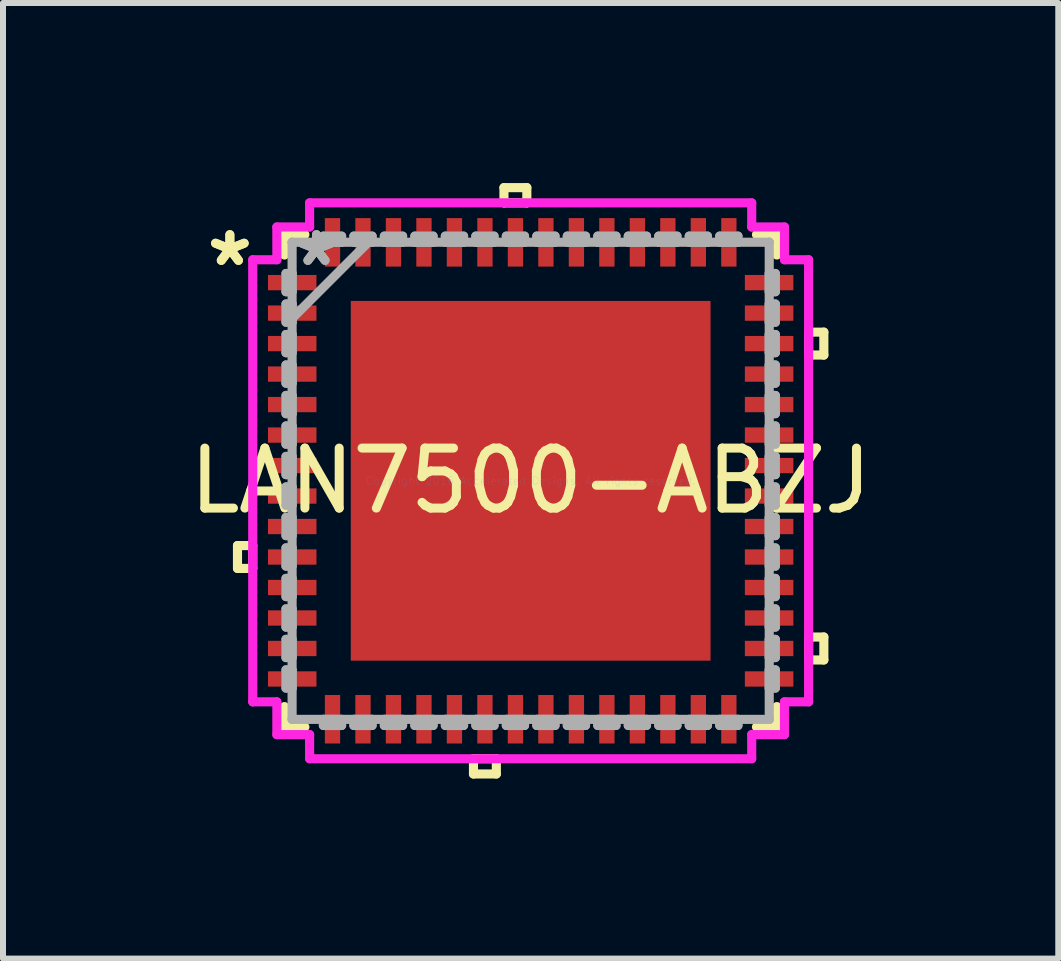
<source format=kicad_pcb>
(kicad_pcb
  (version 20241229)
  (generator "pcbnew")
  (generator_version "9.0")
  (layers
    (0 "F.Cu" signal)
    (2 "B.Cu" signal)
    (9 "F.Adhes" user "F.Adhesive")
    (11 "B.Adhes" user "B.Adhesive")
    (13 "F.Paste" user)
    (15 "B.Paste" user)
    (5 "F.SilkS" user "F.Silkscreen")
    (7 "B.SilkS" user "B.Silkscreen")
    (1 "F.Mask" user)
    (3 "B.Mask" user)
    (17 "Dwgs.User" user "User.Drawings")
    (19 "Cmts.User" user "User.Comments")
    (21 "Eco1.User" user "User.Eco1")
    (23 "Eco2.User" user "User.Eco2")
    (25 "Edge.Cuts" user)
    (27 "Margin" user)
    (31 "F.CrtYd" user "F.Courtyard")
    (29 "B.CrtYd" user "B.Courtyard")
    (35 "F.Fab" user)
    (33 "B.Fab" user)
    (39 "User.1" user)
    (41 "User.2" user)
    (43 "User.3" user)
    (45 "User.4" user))
  (footprint "LAN7500-ABZJ"
    (layer "F.Cu")
    (at 5.792 4.961)
    (property "Reference" "LAN7500-ABZJ" (at 0 0 0) (layer "F.SilkS") (effects (font (size 1 1) (thickness 0.15))))
    (attr through_hole)
    (fp_line (start -3.061 -3.061) (end -2.562 -3.061) (stroke (width 0.152) (type solid)) (layer "F.Mask"))
    (fp_line (start -3.061 -3.061) (end 3.061 -3.061) (stroke (width 0.152) (type solid)) (layer "F.Mask"))
    (fp_line (start -3.061 -2.562) (end -3.061 -3.061) (stroke (width 0.152) (type solid)) (layer "F.Mask"))
    (fp_line (start -3.061 -2.162) (end 3.061 -2.162) (stroke (width 0.152) (type solid)) (layer "F.Mask"))
    (fp_line (start -3.061 -1.775) (end -3.061 -2.162) (stroke (width 0.152) (type solid)) (layer "F.Mask"))
    (fp_line (start -3.061 -1.375) (end 3.061 -1.375) (stroke (width 0.152) (type solid)) (layer "F.Mask"))
    (fp_line (start -3.061 -0.987) (end -3.061 -1.375) (stroke (width 0.152) (type solid)) (layer "F.Mask"))
    (fp_line (start -3.061 -0.587) (end 3.061 -0.587) (stroke (width 0.152) (type solid)) (layer "F.Mask"))
    (fp_line (start -3.061 -0.2) (end -3.061 -0.587) (stroke (width 0.152) (type solid)) (layer "F.Mask"))
    (fp_line (start -3.061 0.2) (end 3.061 0.2) (stroke (width 0.152) (type solid)) (layer "F.Mask"))
    (fp_line (start -3.061 0.587) (end -3.061 0.2) (stroke (width 0.152) (type solid)) (layer "F.Mask"))
    (fp_line (start -3.061 0.987) (end 3.061 0.987) (stroke (width 0.152) (type solid)) (layer "F.Mask"))
    (fp_line (start -3.061 1.375) (end -3.061 0.987) (stroke (width 0.152) (type solid)) (layer "F.Mask"))
    (fp_line (start -3.061 1.775) (end 3.061 1.775) (stroke (width 0.152) (type solid)) (layer "F.Mask"))
    (fp_line (start -3.061 2.162) (end -3.061 1.775) (stroke (width 0.152) (type solid)) (layer "F.Mask"))
    (fp_line (start -3.061 2.562) (end 3.061 2.562) (stroke (width 0.152) (type solid)) (layer "F.Mask"))
    (fp_line (start -3.061 3.061) (end -3.061 -3.061) (stroke (width 0.152) (type solid)) (layer "F.Mask"))
    (fp_line (start -3.061 3.061) (end -3.061 2.562) (stroke (width 0.152) (type solid)) (layer "F.Mask"))
    (fp_line (start -2.562 -3.061) (end -2.562 3.061) (stroke (width 0.152) (type solid)) (layer "F.Mask"))
    (fp_line (start -2.562 3.061) (end -3.061 3.061) (stroke (width 0.152) (type solid)) (layer "F.Mask"))
    (fp_line (start -2.162 -3.061) (end -2.162 3.061) (stroke (width 0.152) (type solid)) (layer "F.Mask"))
    (fp_line (start -2.162 3.061) (end -1.775 3.061) (stroke (width 0.152) (type solid)) (layer "F.Mask"))
    (fp_line (start -1.775 -3.061) (end -2.162 -3.061) (stroke (width 0.152) (type solid)) (layer "F.Mask"))
    (fp_line (start -1.775 3.061) (end -1.775 -3.061) (stroke (width 0.152) (type solid)) (layer "F.Mask"))
    (fp_line (start -1.375 -3.061) (end -1.375 3.061) (stroke (width 0.152) (type solid)) (layer "F.Mask"))
    (fp_line (start -1.375 3.061) (end -0.987 3.061) (stroke (width 0.152) (type solid)) (layer "F.Mask"))
    (fp_line (start -0.987 -3.061) (end -1.375 -3.061) (stroke (width 0.152) (type solid)) (layer "F.Mask"))
    (fp_line (start -0.987 3.061) (end -0.987 -3.061) (stroke (width 0.152) (type solid)) (layer "F.Mask"))
    (fp_line (start -0.587 -3.061) (end -0.587 3.061) (stroke (width 0.152) (type solid)) (layer "F.Mask"))
    (fp_line (start -0.587 3.061) (end -0.2 3.061) (stroke (width 0.152) (type solid)) (layer "F.Mask"))
    (fp_line (start -0.2 -3.061) (end -0.587 -3.061) (stroke (width 0.152) (type solid)) (layer "F.Mask"))
    (fp_line (start -0.2 3.061) (end -0.2 -3.061) (stroke (width 0.152) (type solid)) (layer "F.Mask"))
    (fp_line (start 0.2 -3.061) (end 0.2 3.061) (stroke (width 0.152) (type solid)) (layer "F.Mask"))
    (fp_line (start 0.2 3.061) (end 0.587 3.061) (stroke (width 0.152) (type solid)) (layer "F.Mask"))
    (fp_line (start 0.587 -3.061) (end 0.2 -3.061) (stroke (width 0.152) (type solid)) (layer "F.Mask"))
    (fp_line (start 0.587 3.061) (end 0.587 -3.061) (stroke (width 0.152) (type solid)) (layer "F.Mask"))
    (fp_line (start 0.987 -3.061) (end 0.987 3.061) (stroke (width 0.152) (type solid)) (layer "F.Mask"))
    (fp_line (start 0.987 3.061) (end 1.375 3.061) (stroke (width 0.152) (type solid)) (layer "F.Mask"))
    (fp_line (start 1.375 -3.061) (end 0.987 -3.061) (stroke (width 0.152) (type solid)) (layer "F.Mask"))
    (fp_line (start 1.375 3.061) (end 1.375 -3.061) (stroke (width 0.152) (type solid)) (layer "F.Mask"))
    (fp_line (start 1.775 -3.061) (end 1.775 3.061) (stroke (width 0.152) (type solid)) (layer "F.Mask"))
    (fp_line (start 1.775 3.061) (end 2.162 3.061) (stroke (width 0.152) (type solid)) (layer "F.Mask"))
    (fp_line (start 2.162 -3.061) (end 1.775 -3.061) (stroke (width 0.152) (type solid)) (layer "F.Mask"))
    (fp_line (start 2.162 3.061) (end 2.162 -3.061) (stroke (width 0.152) (type solid)) (layer "F.Mask"))
    (fp_line (start 2.562 -3.061) (end 3.061 -3.061) (stroke (width 0.152) (type solid)) (layer "F.Mask"))
    (fp_line (start 2.562 3.061) (end 2.562 -3.061) (stroke (width 0.152) (type solid)) (layer "F.Mask"))
    (fp_line (start 3.061 -3.061) (end 3.061 -2.562) (stroke (width 0.152) (type solid)) (layer "F.Mask"))
    (fp_line (start 3.061 -3.061) (end 3.061 3.061) (stroke (width 0.152) (type solid)) (layer "F.Mask"))
    (fp_line (start 3.061 -2.562) (end -3.061 -2.562) (stroke (width 0.152) (type solid)) (layer "F.Mask"))
    (fp_line (start 3.061 -2.162) (end 3.061 -1.775) (stroke (width 0.152) (type solid)) (layer "F.Mask"))
    (fp_line (start 3.061 -1.775) (end -3.061 -1.775) (stroke (width 0.152) (type solid)) (layer "F.Mask"))
    (fp_line (start 3.061 -1.375) (end 3.061 -0.987) (stroke (width 0.152) (type solid)) (layer "F.Mask"))
    (fp_line (start 3.061 -0.987) (end -3.061 -0.987) (stroke (width 0.152) (type solid)) (layer "F.Mask"))
    (fp_line (start 3.061 -0.587) (end 3.061 -0.2) (stroke (width 0.152) (type solid)) (layer "F.Mask"))
    (fp_line (start 3.061 -0.2) (end -3.061 -0.2) (stroke (width 0.152) (type solid)) (layer "F.Mask"))
    (fp_line (start 3.061 0.2) (end 3.061 0.587) (stroke (width 0.152) (type solid)) (layer "F.Mask"))
    (fp_line (start 3.061 0.587) (end -3.061 0.587) (stroke (width 0.152) (type solid)) (layer "F.Mask"))
    (fp_line (start 3.061 0.987) (end 3.061 1.375) (stroke (width 0.152) (type solid)) (layer "F.Mask"))
    (fp_line (start 3.061 1.375) (end -3.061 1.375) (stroke (width 0.152) (type solid)) (layer "F.Mask"))
    (fp_line (start 3.061 1.775) (end 3.061 2.162) (stroke (width 0.152) (type solid)) (layer "F.Mask"))
    (fp_line (start 3.061 2.162) (end -3.061 2.162) (stroke (width 0.152) (type solid)) (layer "F.Mask"))
    (fp_line (start 3.061 2.562) (end 3.061 3.061) (stroke (width 0.152) (type solid)) (layer "F.Mask"))
    (fp_line (start 3.061 3.061) (end -3.061 3.061) (stroke (width 0.152) (type solid)) (layer "F.Mask"))
    (fp_line (start 3.061 3.061) (end 2.562 3.061) (stroke (width 0.152) (type solid)) (layer "F.Mask"))
    (fp_line (start -4.885 1.079) (end -4.885 1.46) (stroke (width 0.152) (type solid)) (layer "F.SilkS"))
    (fp_line (start -4.885 1.46) (end -4.631 1.46) (stroke (width 0.152) (type solid)) (layer "F.SilkS"))
    (fp_line (start -4.631 1.079) (end -4.885 1.079) (stroke (width 0.152) (type solid)) (layer "F.SilkS"))
    (fp_line (start -4.631 1.46) (end -4.631 1.079) (stroke (width 0.152) (type solid)) (layer "F.SilkS"))
    (fp_line (start -4.102 -4.102) (end -4.102 -3.762) (stroke (width 0.152) (type solid)) (layer "F.SilkS"))
    (fp_line (start -4.102 3.762) (end -4.102 4.102) (stroke (width 0.152) (type solid)) (layer "F.SilkS"))
    (fp_line (start -4.102 4.102) (end -3.762 4.102) (stroke (width 0.152) (type solid)) (layer "F.SilkS"))
    (fp_line (start -3.762 -4.102) (end -4.102 -4.102) (stroke (width 0.152) (type solid)) (layer "F.SilkS"))
    (fp_line (start -0.953 4.631) (end -0.953 4.885) (stroke (width 0.152) (type solid)) (layer "F.SilkS"))
    (fp_line (start -0.953 4.885) (end -0.572 4.885) (stroke (width 0.152) (type solid)) (layer "F.SilkS"))
    (fp_line (start -0.572 4.631) (end -0.953 4.631) (stroke (width 0.152) (type solid)) (layer "F.SilkS"))
    (fp_line (start -0.572 4.885) (end -0.572 4.631) (stroke (width 0.152) (type solid)) (layer "F.SilkS"))
    (fp_line (start -0.445 -4.885) (end -0.064 -4.885) (stroke (width 0.152) (type solid)) (layer "F.SilkS"))
    (fp_line (start -0.445 -4.631) (end -0.445 -4.885) (stroke (width 0.152) (type solid)) (layer "F.SilkS"))
    (fp_line (start -0.064 -4.885) (end -0.064 -4.631) (stroke (width 0.152) (type solid)) (layer "F.SilkS"))
    (fp_line (start -0.064 -4.631) (end -0.445 -4.631) (stroke (width 0.152) (type solid)) (layer "F.SilkS"))
    (fp_line (start 3.762 4.102) (end 4.102 4.102) (stroke (width 0.152) (type solid)) (layer "F.SilkS"))
    (fp_line (start 4.102 -4.102) (end 3.762 -4.102) (stroke (width 0.152) (type solid)) (layer "F.SilkS"))
    (fp_line (start 4.102 -3.762) (end 4.102 -4.102) (stroke (width 0.152) (type solid)) (layer "F.SilkS"))
    (fp_line (start 4.102 4.102) (end 4.102 3.762) (stroke (width 0.152) (type solid)) (layer "F.SilkS"))
    (fp_line (start 4.631 -2.477) (end 4.885 -2.477) (stroke (width 0.152) (type solid)) (layer "F.SilkS"))
    (fp_line (start 4.631 -2.095) (end 4.631 -2.477) (stroke (width 0.152) (type solid)) (layer "F.SilkS"))
    (fp_line (start 4.631 2.603) (end 4.885 2.603) (stroke (width 0.152) (type solid)) (layer "F.SilkS"))
    (fp_line (start 4.631 2.985) (end 4.631 2.603) (stroke (width 0.152) (type solid)) (layer "F.SilkS"))
    (fp_line (start 4.885 -2.477) (end 4.885 -2.095) (stroke (width 0.152) (type solid)) (layer "F.SilkS"))
    (fp_line (start 4.885 -2.095) (end 4.631 -2.095) (stroke (width 0.152) (type solid)) (layer "F.SilkS"))
    (fp_line (start 4.885 2.603) (end 4.885 2.985) (stroke (width 0.152) (type solid)) (layer "F.SilkS"))
    (fp_line (start 4.885 2.985) (end 4.631 2.985) (stroke (width 0.152) (type solid)) (layer "F.SilkS"))
    (fp_line (start -2.922 -2.922) (end -2.922 -2.462) (stroke (width 0.152) (type solid)) (layer "F.Paste"))
    (fp_line (start -2.922 -2.462) (end -2.604 -2.462) (stroke (width 0.152) (type solid)) (layer "F.Paste"))
    (fp_line (start -2.922 -2.262) (end -2.922 -1.675) (stroke (width 0.152) (type solid)) (layer "F.Paste"))
    (fp_line (start -2.922 -1.675) (end -2.604 -1.675) (stroke (width 0.152) (type solid)) (layer "F.Paste"))
    (fp_line (start -2.922 -1.475) (end -2.922 -0.887) (stroke (width 0.152) (type solid)) (layer "F.Paste"))
    (fp_line (start -2.922 -0.887) (end -2.604 -0.887) (stroke (width 0.152) (type solid)) (layer "F.Paste"))
    (fp_line (start -2.922 -0.687) (end -2.922 -0.1) (stroke (width 0.152) (type solid)) (layer "F.Paste"))
    (fp_line (start -2.922 -0.1) (end -2.604 -0.1) (stroke (width 0.152) (type solid)) (layer "F.Paste"))
    (fp_line (start -2.922 0.1) (end -2.922 0.687) (stroke (width 0.152) (type solid)) (layer "F.Paste"))
    (fp_line (start -2.922 0.687) (end -2.604 0.687) (stroke (width 0.152) (type solid)) (layer "F.Paste"))
    (fp_line (start -2.922 0.887) (end -2.922 1.475) (stroke (width 0.152) (type solid)) (layer "F.Paste"))
    (fp_line (start -2.922 1.475) (end -2.604 1.475) (stroke (width 0.152) (type solid)) (layer "F.Paste"))
    (fp_line (start -2.922 1.675) (end -2.922 2.262) (stroke (width 0.152) (type solid)) (layer "F.Paste"))
    (fp_line (start -2.922 2.262) (end -2.604 2.262) (stroke (width 0.152) (type solid)) (layer "F.Paste"))
    (fp_line (start -2.922 2.462) (end -2.922 2.922) (stroke (width 0.152) (type solid)) (layer "F.Paste"))
    (fp_line (start -2.922 2.922) (end -2.462 2.922) (stroke (width 0.152) (type solid)) (layer "F.Paste"))
    (fp_line (start -2.604 -2.462) (end -2.604 -2.462) (stroke (width 0.152) (type solid)) (layer "F.Paste"))
    (fp_line (start -2.604 -2.462) (end -2.462 -2.604) (stroke (width 0.152) (type solid)) (layer "F.Paste"))
    (fp_line (start -2.604 -2.262) (end -2.922 -2.262) (stroke (width 0.152) (type solid)) (layer "F.Paste"))
    (fp_line (start -2.604 -2.262) (end -2.604 -2.262) (stroke (width 0.152) (type solid)) (layer "F.Paste"))
    (fp_line (start -2.604 -1.675) (end -2.604 -1.675) (stroke (width 0.152) (type solid)) (layer "F.Paste"))
    (fp_line (start -2.604 -1.675) (end -2.462 -1.816) (stroke (width 0.152) (type solid)) (layer "F.Paste"))
    (fp_line (start -2.604 -1.475) (end -2.922 -1.475) (stroke (width 0.152) (type solid)) (layer "F.Paste"))
    (fp_line (start -2.604 -1.475) (end -2.604 -1.475) (stroke (width 0.152) (type solid)) (layer "F.Paste"))
    (fp_line (start -2.604 -0.887) (end -2.604 -0.887) (stroke (width 0.152) (type solid)) (layer "F.Paste"))
    (fp_line (start -2.604 -0.887) (end -2.462 -1.029) (stroke (width 0.152) (type solid)) (layer "F.Paste"))
    (fp_line (start -2.604 -0.687) (end -2.922 -0.687) (stroke (width 0.152) (type solid)) (layer "F.Paste"))
    (fp_line (start -2.604 -0.687) (end -2.604 -0.687) (stroke (width 0.152) (type solid)) (layer "F.Paste"))
    (fp_line (start -2.604 -0.1) (end -2.604 -0.1) (stroke (width 0.152) (type solid)) (layer "F.Paste"))
    (fp_line (start -2.604 -0.1) (end -2.462 -0.241) (stroke (width 0.152) (type solid)) (layer "F.Paste"))
    (fp_line (start -2.604 0.1) (end -2.922 0.1) (stroke (width 0.152) (type solid)) (layer "F.Paste"))
    (fp_line (start -2.604 0.1) (end -2.604 0.1) (stroke (width 0.152) (type solid)) (layer "F.Paste"))
    (fp_line (start -2.604 0.687) (end -2.604 0.687) (stroke (width 0.152) (type solid)) (layer "F.Paste"))
    (fp_line (start -2.604 0.687) (end -2.462 0.546) (stroke (width 0.152) (type solid)) (layer "F.Paste"))
    (fp_line (start -2.604 0.887) (end -2.922 0.887) (stroke (width 0.152) (type solid)) (layer "F.Paste"))
    (fp_line (start -2.604 0.887) (end -2.604 0.887) (stroke (width 0.152) (type solid)) (layer "F.Paste"))
    (fp_line (start -2.604 1.475) (end -2.604 1.475) (stroke (width 0.152) (type solid)) (layer "F.Paste"))
    (fp_line (start -2.604 1.475) (end -2.462 1.333) (stroke (width 0.152) (type solid)) (layer "F.Paste"))
    (fp_line (start -2.604 1.675) (end -2.922 1.675) (stroke (width 0.152) (type solid)) (layer "F.Paste"))
    (fp_line (start -2.604 1.675) (end -2.604 1.675) (stroke (width 0.152) (type solid)) (layer "F.Paste"))
    (fp_line (start -2.604 2.262) (end -2.604 2.262) (stroke (width 0.152) (type solid)) (layer "F.Paste"))
    (fp_line (start -2.604 2.262) (end -2.462 2.121) (stroke (width 0.152) (type solid)) (layer "F.Paste"))
    (fp_line (start -2.604 2.462) (end -2.922 2.462) (stroke (width 0.152) (type solid)) (layer "F.Paste"))
    (fp_line (start -2.604 2.462) (end -2.604 2.462) (stroke (width 0.152) (type solid)) (layer "F.Paste"))
    (fp_line (start -2.462 -2.922) (end -2.922 -2.922) (stroke (width 0.152) (type solid)) (layer "F.Paste"))
    (fp_line (start -2.462 -2.604) (end -2.462 -2.922) (stroke (width 0.152) (type solid)) (layer "F.Paste"))
    (fp_line (start -2.462 -2.604) (end -2.462 -2.604) (stroke (width 0.152) (type solid)) (layer "F.Paste"))
    (fp_line (start -2.462 -2.121) (end -2.604 -2.262) (stroke (width 0.152) (type solid)) (layer "F.Paste"))
    (fp_line (start -2.462 -2.121) (end -2.462 -2.121) (stroke (width 0.152) (type solid)) (layer "F.Paste"))
    (fp_line (start -2.462 -1.816) (end -2.462 -2.121) (stroke (width 0.152) (type solid)) (layer "F.Paste"))
    (fp_line (start -2.462 -1.816) (end -2.462 -1.816) (stroke (width 0.152) (type solid)) (layer "F.Paste"))
    (fp_line (start -2.462 -1.333) (end -2.604 -1.475) (stroke (width 0.152) (type solid)) (layer "F.Paste"))
    (fp_line (start -2.462 -1.333) (end -2.462 -1.333) (stroke (width 0.152) (type solid)) (layer "F.Paste"))
    (fp_line (start -2.462 -1.029) (end -2.462 -1.333) (stroke (width 0.152) (type solid)) (layer "F.Paste"))
    (fp_line (start -2.462 -1.029) (end -2.462 -1.029) (stroke (width 0.152) (type solid)) (layer "F.Paste"))
    (fp_line (start -2.462 -0.546) (end -2.604 -0.687) (stroke (width 0.152) (type solid)) (layer "F.Paste"))
    (fp_line (start -2.462 -0.546) (end -2.462 -0.546) (stroke (width 0.152) (type solid)) (layer "F.Paste"))
    (fp_line (start -2.462 -0.241) (end -2.462 -0.546) (stroke (width 0.152) (type solid)) (layer "F.Paste"))
    (fp_line (start -2.462 -0.241) (end -2.462 -0.241) (stroke (width 0.152) (type solid)) (layer "F.Paste"))
    (fp_line (start -2.462 0.241) (end -2.604 0.1) (stroke (width 0.152) (type solid)) (layer "F.Paste"))
    (fp_line (start -2.462 0.241) (end -2.462 0.241) (stroke (width 0.152) (type solid)) (layer "F.Paste"))
    (fp_line (start -2.462 0.546) (end -2.462 0.241) (stroke (width 0.152) (type solid)) (layer "F.Paste"))
    (fp_line (start -2.462 0.546) (end -2.462 0.546) (stroke (width 0.152) (type solid)) (layer "F.Paste"))
    (fp_line (start -2.462 1.029) (end -2.604 0.887) (stroke (width 0.152) (type solid)) (layer "F.Paste"))
    (fp_line (start -2.462 1.029) (end -2.462 1.029) (stroke (width 0.152) (type solid)) (layer "F.Paste"))
    (fp_line (start -2.462 1.333) (end -2.462 1.029) (stroke (width 0.152) (type solid)) (layer "F.Paste"))
    (fp_line (start -2.462 1.333) (end -2.462 1.333) (stroke (width 0.152) (type solid)) (layer "F.Paste"))
    (fp_line (start -2.462 1.816) (end -2.604 1.675) (stroke (width 0.152) (type solid)) (layer "F.Paste"))
    (fp_line (start -2.462 1.816) (end -2.462 1.816) (stroke (width 0.152) (type solid)) (layer "F.Paste"))
    (fp_line (start -2.462 2.121) (end -2.462 1.816) (stroke (width 0.152) (type solid)) (layer "F.Paste"))
    (fp_line (start -2.462 2.121) (end -2.462 2.121) (stroke (width 0.152) (type solid)) (layer "F.Paste"))
    (fp_line (start -2.462 2.604) (end -2.604 2.462) (stroke (width 0.152) (type solid)) (layer "F.Paste"))
    (fp_line (start -2.462 2.604) (end -2.462 2.604) (stroke (width 0.152) (type solid)) (layer "F.Paste"))
    (fp_line (start -2.462 2.922) (end -2.462 2.604) (stroke (width 0.152) (type solid)) (layer "F.Paste"))
    (fp_line (start -2.262 -2.922) (end -2.262 -2.604) (stroke (width 0.152) (type solid)) (layer "F.Paste"))
    (fp_line (start -2.262 -2.604) (end -2.262 -2.604) (stroke (width 0.152) (type solid)) (layer "F.Paste"))
    (fp_line (start -2.262 -2.604) (end -2.121 -2.462) (stroke (width 0.152) (type solid)) (layer "F.Paste"))
    (fp_line (start -2.262 -2.121) (end -2.262 -2.121) (stroke (width 0.152) (type solid)) (layer "F.Paste"))
    (fp_line (start -2.262 -2.121) (end -2.262 -1.816) (stroke (width 0.152) (type solid)) (layer "F.Paste"))
    (fp_line (start -2.262 -1.816) (end -2.262 -1.816) (stroke (width 0.152) (type solid)) (layer "F.Paste"))
    (fp_line (start -2.262 -1.816) (end -2.121 -1.675) (stroke (width 0.152) (type solid)) (layer "F.Paste"))
    (fp_line (start -2.262 -1.333) (end -2.262 -1.333) (stroke (width 0.152) (type solid)) (layer "F.Paste"))
    (fp_line (start -2.262 -1.333) (end -2.262 -1.029) (stroke (width 0.152) (type solid)) (layer "F.Paste"))
    (fp_line (start -2.262 -1.029) (end -2.262 -1.029) (stroke (width 0.152) (type solid)) (layer "F.Paste"))
    (fp_line (start -2.262 -1.029) (end -2.121 -0.887) (stroke (width 0.152) (type solid)) (layer "F.Paste"))
    (fp_line (start -2.262 -0.546) (end -2.262 -0.546) (stroke (width 0.152) (type solid)) (layer "F.Paste"))
    (fp_line (start -2.262 -0.546) (end -2.262 -0.241) (stroke (width 0.152) (type solid)) (layer "F.Paste"))
    (fp_line (start -2.262 -0.241) (end -2.262 -0.241) (stroke (width 0.152) (type solid)) (layer "F.Paste"))
    (fp_line (start -2.262 -0.241) (end -2.121 -0.1) (stroke (width 0.152) (type solid)) (layer "F.Paste"))
    (fp_line (start -2.262 0.241) (end -2.262 0.241) (stroke (width 0.152) (type solid)) (layer "F.Paste"))
    (fp_line (start -2.262 0.241) (end -2.262 0.546) (stroke (width 0.152) (type solid)) (layer "F.Paste"))
    (fp_line (start -2.262 0.546) (end -2.262 0.546) (stroke (width 0.152) (type solid)) (layer "F.Paste"))
    (fp_line (start -2.262 0.546) (end -2.121 0.687) (stroke (width 0.152) (type solid)) (layer "F.Paste"))
    (fp_line (start -2.262 1.029) (end -2.262 1.029) (stroke (width 0.152) (type solid)) (layer "F.Paste"))
    (fp_line (start -2.262 1.029) (end -2.262 1.333) (stroke (width 0.152) (type solid)) (layer "F.Paste"))
    (fp_line (start -2.262 1.333) (end -2.262 1.333) (stroke (width 0.152) (type solid)) (layer "F.Paste"))
    (fp_line (start -2.262 1.333) (end -2.121 1.475) (stroke (width 0.152) (type solid)) (layer "F.Paste"))
    (fp_line (start -2.262 1.816) (end -2.262 1.816) (stroke (width 0.152) (type solid)) (layer "F.Paste"))
    (fp_line (start -2.262 1.816) (end -2.262 2.121) (stroke (width 0.152) (type solid)) (layer "F.Paste"))
    (fp_line (start -2.262 2.121) (end -2.262 2.121) (stroke (width 0.152) (type solid)) (layer "F.Paste"))
    (fp_line (start -2.262 2.121) (end -2.121 2.262) (stroke (width 0.152) (type solid)) (layer "F.Paste"))
    (fp_line (start -2.262 2.604) (end -2.262 2.604) (stroke (width 0.152) (type solid)) (layer "F.Paste"))
    (fp_line (start -2.262 2.604) (end -2.262 2.922) (stroke (width 0.152) (type solid)) (layer "F.Paste"))
    (fp_line (start -2.262 2.922) (end -1.675 2.922) (stroke (width 0.152) (type solid)) (layer "F.Paste"))
    (fp_line (start -2.121 -2.462) (end -2.121 -2.462) (stroke (width 0.152) (type solid)) (layer "F.Paste"))
    (fp_line (start -2.121 -2.462) (end -1.816 -2.462) (stroke (width 0.152) (type solid)) (layer "F.Paste"))
    (fp_line (start -2.121 -2.262) (end -2.262 -2.121) (stroke (width 0.152) (type solid)) (layer "F.Paste"))
    (fp_line (start -2.121 -2.262) (end -2.121 -2.262) (stroke (width 0.152) (type solid)) (layer "F.Paste"))
    (fp_line (start -2.121 -1.675) (end -2.121 -1.675) (stroke (width 0.152) (type solid)) (layer "F.Paste"))
    (fp_line (start -2.121 -1.675) (end -1.816 -1.675) (stroke (width 0.152) (type solid)) (layer "F.Paste"))
    (fp_line (start -2.121 -1.475) (end -2.262 -1.333) (stroke (width 0.152) (type solid)) (layer "F.Paste"))
    (fp_line (start -2.121 -1.475) (end -2.121 -1.475) (stroke (width 0.152) (type solid)) (layer "F.Paste"))
    (fp_line (start -2.121 -0.887) (end -2.121 -0.887) (stroke (width 0.152) (type solid)) (layer "F.Paste"))
    (fp_line (start -2.121 -0.887) (end -1.816 -0.887) (stroke (width 0.152) (type solid)) (layer "F.Paste"))
    (fp_line (start -2.121 -0.687) (end -2.262 -0.546) (stroke (width 0.152) (type solid)) (layer "F.Paste"))
    (fp_line (start -2.121 -0.687) (end -2.121 -0.687) (stroke (width 0.152) (type solid)) (layer "F.Paste"))
    (fp_line (start -2.121 -0.1) (end -2.121 -0.1) (stroke (width 0.152) (type solid)) (layer "F.Paste"))
    (fp_line (start -2.121 -0.1) (end -1.816 -0.1) (stroke (width 0.152) (type solid)) (layer "F.Paste"))
    (fp_line (start -2.121 0.1) (end -2.262 0.241) (stroke (width 0.152) (type solid)) (layer "F.Paste"))
    (fp_line (start -2.121 0.1) (end -2.121 0.1) (stroke (width 0.152) (type solid)) (layer "F.Paste"))
    (fp_line (start -2.121 0.687) (end -2.121 0.687) (stroke (width 0.152) (type solid)) (layer "F.Paste"))
    (fp_line (start -2.121 0.687) (end -1.816 0.687) (stroke (width 0.152) (type solid)) (layer "F.Paste"))
    (fp_line (start -2.121 0.887) (end -2.262 1.029) (stroke (width 0.152) (type solid)) (layer "F.Paste"))
    (fp_line (start -2.121 0.887) (end -2.121 0.887) (stroke (width 0.152) (type solid)) (layer "F.Paste"))
    (fp_line (start -2.121 1.475) (end -2.121 1.475) (stroke (width 0.152) (type solid)) (layer "F.Paste"))
    (fp_line (start -2.121 1.475) (end -1.816 1.475) (stroke (width 0.152) (type solid)) (layer "F.Paste"))
    (fp_line (start -2.121 1.675) (end -2.262 1.816) (stroke (width 0.152) (type solid)) (layer "F.Paste"))
    (fp_line (start -2.121 1.675) (end -2.121 1.675) (stroke (width 0.152) (type solid)) (layer "F.Paste"))
    (fp_line (start -2.121 2.262) (end -2.121 2.262) (stroke (width 0.152) (type solid)) (layer "F.Paste"))
    (fp_line (start -2.121 2.262) (end -1.816 2.262) (stroke (width 0.152) (type solid)) (layer "F.Paste"))
    (fp_line (start -2.121 2.462) (end -2.262 2.604) (stroke (width 0.152) (type solid)) (layer "F.Paste"))
    (fp_line (start -2.121 2.462) (end -2.121 2.462) (stroke (width 0.152) (type solid)) (layer "F.Paste"))
    (fp_line (start -1.816 -2.462) (end -1.816 -2.462) (stroke (width 0.152) (type solid)) (layer "F.Paste"))
    (fp_line (start -1.816 -2.462) (end -1.675 -2.604) (stroke (width 0.152) (type solid)) (layer "F.Paste"))
    (fp_line (start -1.816 -2.262) (end -2.121 -2.262) (stroke (width 0.152) (type solid)) (layer "F.Paste"))
    (fp_line (start -1.816 -2.262) (end -1.816 -2.262) (stroke (width 0.152) (type solid)) (layer "F.Paste"))
    (fp_line (start -1.816 -1.675) (end -1.816 -1.675) (stroke (width 0.152) (type solid)) (layer "F.Paste"))
    (fp_line (start -1.816 -1.675) (end -1.675 -1.816) (stroke (width 0.152) (type solid)) (layer "F.Paste"))
    (fp_line (start -1.816 -1.475) (end -2.121 -1.475) (stroke (width 0.152) (type solid)) (layer "F.Paste"))
    (fp_line (start -1.816 -1.475) (end -1.816 -1.475) (stroke (width 0.152) (type solid)) (layer "F.Paste"))
    (fp_line (start -1.816 -0.887) (end -1.816 -0.887) (stroke (width 0.152) (type solid)) (layer "F.Paste"))
    (fp_line (start -1.816 -0.887) (end -1.675 -1.029) (stroke (width 0.152) (type solid)) (layer "F.Paste"))
    (fp_line (start -1.816 -0.687) (end -2.121 -0.687) (stroke (width 0.152) (type solid)) (layer "F.Paste"))
    (fp_line (start -1.816 -0.687) (end -1.816 -0.687) (stroke (width 0.152) (type solid)) (layer "F.Paste"))
    (fp_line (start -1.816 -0.1) (end -1.816 -0.1) (stroke (width 0.152) (type solid)) (layer "F.Paste"))
    (fp_line (start -1.816 -0.1) (end -1.675 -0.241) (stroke (width 0.152) (type solid)) (layer "F.Paste"))
    (fp_line (start -1.816 0.1) (end -2.121 0.1) (stroke (width 0.152) (type solid)) (layer "F.Paste"))
    (fp_line (start -1.816 0.1) (end -1.816 0.1) (stroke (width 0.152) (type solid)) (layer "F.Paste"))
    (fp_line (start -1.816 0.687) (end -1.816 0.687) (stroke (width 0.152) (type solid)) (layer "F.Paste"))
    (fp_line (start -1.816 0.687) (end -1.675 0.546) (stroke (width 0.152) (type solid)) (layer "F.Paste"))
    (fp_line (start -1.816 0.887) (end -2.121 0.887) (stroke (width 0.152) (type solid)) (layer "F.Paste"))
    (fp_line (start -1.816 0.887) (end -1.816 0.887) (stroke (width 0.152) (type solid)) (layer "F.Paste"))
    (fp_line (start -1.816 1.475) (end -1.816 1.475) (stroke (width 0.152) (type solid)) (layer "F.Paste"))
    (fp_line (start -1.816 1.475) (end -1.675 1.333) (stroke (width 0.152) (type solid)) (layer "F.Paste"))
    (fp_line (start -1.816 1.675) (end -2.121 1.675) (stroke (width 0.152) (type solid)) (layer "F.Paste"))
    (fp_line (start -1.816 1.675) (end -1.816 1.675) (stroke (width 0.152) (type solid)) (layer "F.Paste"))
    (fp_line (start -1.816 2.262) (end -1.816 2.262) (stroke (width 0.152) (type solid)) (layer "F.Paste"))
    (fp_line (start -1.816 2.262) (end -1.675 2.121) (stroke (width 0.152) (type solid)) (layer "F.Paste"))
    (fp_line (start -1.816 2.462) (end -2.121 2.462) (stroke (width 0.152) (type solid)) (layer "F.Paste"))
    (fp_line (start -1.816 2.462) (end -1.816 2.462) (stroke (width 0.152) (type solid)) (layer "F.Paste"))
    (fp_line (start -1.675 -2.922) (end -2.262 -2.922) (stroke (width 0.152) (type solid)) (layer "F.Paste"))
    (fp_line (start -1.675 -2.604) (end -1.675 -2.922) (stroke (width 0.152) (type solid)) (layer "F.Paste"))
    (fp_line (start -1.675 -2.604) (end -1.675 -2.604) (stroke (width 0.152) (type solid)) (layer "F.Paste"))
    (fp_line (start -1.675 -2.121) (end -1.816 -2.262) (stroke (width 0.152) (type solid)) (layer "F.Paste"))
    (fp_line (start -1.675 -2.121) (end -1.675 -2.121) (stroke (width 0.152) (type solid)) (layer "F.Paste"))
    (fp_line (start -1.675 -1.816) (end -1.675 -2.121) (stroke (width 0.152) (type solid)) (layer "F.Paste"))
    (fp_line (start -1.675 -1.816) (end -1.675 -1.816) (stroke (width 0.152) (type solid)) (layer "F.Paste"))
    (fp_line (start -1.675 -1.333) (end -1.816 -1.475) (stroke (width 0.152) (type solid)) (layer "F.Paste"))
    (fp_line (start -1.675 -1.333) (end -1.675 -1.333) (stroke (width 0.152) (type solid)) (layer "F.Paste"))
    (fp_line (start -1.675 -1.029) (end -1.675 -1.333) (stroke (width 0.152) (type solid)) (layer "F.Paste"))
    (fp_line (start -1.675 -1.029) (end -1.675 -1.029) (stroke (width 0.152) (type solid)) (layer "F.Paste"))
    (fp_line (start -1.675 -0.546) (end -1.816 -0.687) (stroke (width 0.152) (type solid)) (layer "F.Paste"))
    (fp_line (start -1.675 -0.546) (end -1.675 -0.546) (stroke (width 0.152) (type solid)) (layer "F.Paste"))
    (fp_line (start -1.675 -0.241) (end -1.675 -0.546) (stroke (width 0.152) (type solid)) (layer "F.Paste"))
    (fp_line (start -1.675 -0.241) (end -1.675 -0.241) (stroke (width 0.152) (type solid)) (layer "F.Paste"))
    (fp_line (start -1.675 0.241) (end -1.816 0.1) (stroke (width 0.152) (type solid)) (layer "F.Paste"))
    (fp_line (start -1.675 0.241) (end -1.675 0.241) (stroke (width 0.152) (type solid)) (layer "F.Paste"))
    (fp_line (start -1.675 0.546) (end -1.675 0.241) (stroke (width 0.152) (type solid)) (layer "F.Paste"))
    (fp_line (start -1.675 0.546) (end -1.675 0.546) (stroke (width 0.152) (type solid)) (layer "F.Paste"))
    (fp_line (start -1.675 1.029) (end -1.816 0.887) (stroke (width 0.152) (type solid)) (layer "F.Paste"))
    (fp_line (start -1.675 1.029) (end -1.675 1.029) (stroke (width 0.152) (type solid)) (layer "F.Paste"))
    (fp_line (start -1.675 1.333) (end -1.675 1.029) (stroke (width 0.152) (type solid)) (layer "F.Paste"))
    (fp_line (start -1.675 1.333) (end -1.675 1.333) (stroke (width 0.152) (type solid)) (layer "F.Paste"))
    (fp_line (start -1.675 1.816) (end -1.816 1.675) (stroke (width 0.152) (type solid)) (layer "F.Paste"))
    (fp_line (start -1.675 1.816) (end -1.675 1.816) (stroke (width 0.152) (type solid)) (layer "F.Paste"))
    (fp_line (start -1.675 2.121) (end -1.675 1.816) (stroke (width 0.152) (type solid)) (layer "F.Paste"))
    (fp_line (start -1.675 2.121) (end -1.675 2.121) (stroke (width 0.152) (type solid)) (layer "F.Paste"))
    (fp_line (start -1.675 2.604) (end -1.816 2.462) (stroke (width 0.152) (type solid)) (layer "F.Paste"))
    (fp_line (start -1.675 2.604) (end -1.675 2.604) (stroke (width 0.152) (type solid)) (layer "F.Paste"))
    (fp_line (start -1.675 2.922) (end -1.675 2.604) (stroke (width 0.152) (type solid)) (layer "F.Paste"))
    (fp_line (start -1.475 -2.922) (end -1.475 -2.604) (stroke (width 0.152) (type solid)) (layer "F.Paste"))
    (fp_line (start -1.475 -2.604) (end -1.475 -2.604) (stroke (width 0.152) (type solid)) (layer "F.Paste"))
    (fp_line (start -1.475 -2.604) (end -1.333 -2.462) (stroke (width 0.152) (type solid)) (layer "F.Paste"))
    (fp_line (start -1.475 -2.121) (end -1.475 -2.121) (stroke (width 0.152) (type solid)) (layer "F.Paste"))
    (fp_line (start -1.475 -2.121) (end -1.475 -1.816) (stroke (width 0.152) (type solid)) (layer "F.Paste"))
    (fp_line (start -1.475 -1.816) (end -1.475 -1.816) (stroke (width 0.152) (type solid)) (layer "F.Paste"))
    (fp_line (start -1.475 -1.816) (end -1.333 -1.675) (stroke (width 0.152) (type solid)) (layer "F.Paste"))
    (fp_line (start -1.475 -1.333) (end -1.475 -1.333) (stroke (width 0.152) (type solid)) (layer "F.Paste"))
    (fp_line (start -1.475 -1.333) (end -1.475 -1.029) (stroke (width 0.152) (type solid)) (layer "F.Paste"))
    (fp_line (start -1.475 -1.029) (end -1.475 -1.029) (stroke (width 0.152) (type solid)) (layer "F.Paste"))
    (fp_line (start -1.475 -1.029) (end -1.333 -0.887) (stroke (width 0.152) (type solid)) (layer "F.Paste"))
    (fp_line (start -1.475 -0.546) (end -1.475 -0.546) (stroke (width 0.152) (type solid)) (layer "F.Paste"))
    (fp_line (start -1.475 -0.546) (end -1.475 -0.241) (stroke (width 0.152) (type solid)) (layer "F.Paste"))
    (fp_line (start -1.475 -0.241) (end -1.475 -0.241) (stroke (width 0.152) (type solid)) (layer "F.Paste"))
    (fp_line (start -1.475 -0.241) (end -1.333 -0.1) (stroke (width 0.152) (type solid)) (layer "F.Paste"))
    (fp_line (start -1.475 0.241) (end -1.475 0.241) (stroke (width 0.152) (type solid)) (layer "F.Paste"))
    (fp_line (start -1.475 0.241) (end -1.475 0.546) (stroke (width 0.152) (type solid)) (layer "F.Paste"))
    (fp_line (start -1.475 0.546) (end -1.475 0.546) (stroke (width 0.152) (type solid)) (layer "F.Paste"))
    (fp_line (start -1.475 0.546) (end -1.333 0.687) (stroke (width 0.152) (type solid)) (layer "F.Paste"))
    (fp_line (start -1.475 1.029) (end -1.475 1.029) (stroke (width 0.152) (type solid)) (layer "F.Paste"))
    (fp_line (start -1.475 1.029) (end -1.475 1.333) (stroke (width 0.152) (type solid)) (layer "F.Paste"))
    (fp_line (start -1.475 1.333) (end -1.475 1.333) (stroke (width 0.152) (type solid)) (layer "F.Paste"))
    (fp_line (start -1.475 1.333) (end -1.333 1.475) (stroke (width 0.152) (type solid)) (layer "F.Paste"))
    (fp_line (start -1.475 1.816) (end -1.475 1.816) (stroke (width 0.152) (type solid)) (layer "F.Paste"))
    (fp_line (start -1.475 1.816) (end -1.475 2.121) (stroke (width 0.152) (type solid)) (layer "F.Paste"))
    (fp_line (start -1.475 2.121) (end -1.475 2.121) (stroke (width 0.152) (type solid)) (layer "F.Paste"))
    (fp_line (start -1.475 2.121) (end -1.333 2.262) (stroke (width 0.152) (type solid)) (layer "F.Paste"))
    (fp_line (start -1.475 2.604) (end -1.475 2.604) (stroke (width 0.152) (type solid)) (layer "F.Paste"))
    (fp_line (start -1.475 2.604) (end -1.475 2.922) (stroke (width 0.152) (type solid)) (layer "F.Paste"))
    (fp_line (start -1.475 2.922) (end -0.887 2.922) (stroke (width 0.152) (type solid)) (layer "F.Paste"))
    (fp_line (start -1.333 -2.462) (end -1.333 -2.462) (stroke (width 0.152) (type solid)) (layer "F.Paste"))
    (fp_line (start -1.333 -2.462) (end -1.029 -2.462) (stroke (width 0.152) (type solid)) (layer "F.Paste"))
    (fp_line (start -1.333 -2.262) (end -1.475 -2.121) (stroke (width 0.152) (type solid)) (layer "F.Paste"))
    (fp_line (start -1.333 -2.262) (end -1.333 -2.262) (stroke (width 0.152) (type solid)) (layer "F.Paste"))
    (fp_line (start -1.333 -1.675) (end -1.333 -1.675) (stroke (width 0.152) (type solid)) (layer "F.Paste"))
    (fp_line (start -1.333 -1.675) (end -1.029 -1.675) (stroke (width 0.152) (type solid)) (layer "F.Paste"))
    (fp_line (start -1.333 -1.475) (end -1.475 -1.333) (stroke (width 0.152) (type solid)) (layer "F.Paste"))
    (fp_line (start -1.333 -1.475) (end -1.333 -1.475) (stroke (width 0.152) (type solid)) (layer "F.Paste"))
    (fp_line (start -1.333 -0.887) (end -1.333 -0.887) (stroke (width 0.152) (type solid)) (layer "F.Paste"))
    (fp_line (start -1.333 -0.887) (end -1.029 -0.887) (stroke (width 0.152) (type solid)) (layer "F.Paste"))
    (fp_line (start -1.333 -0.687) (end -1.475 -0.546) (stroke (width 0.152) (type solid)) (layer "F.Paste"))
    (fp_line (start -1.333 -0.687) (end -1.333 -0.687) (stroke (width 0.152) (type solid)) (layer "F.Paste"))
    (fp_line (start -1.333 -0.1) (end -1.333 -0.1) (stroke (width 0.152) (type solid)) (layer "F.Paste"))
    (fp_line (start -1.333 -0.1) (end -1.029 -0.1) (stroke (width 0.152) (type solid)) (layer "F.Paste"))
    (fp_line (start -1.333 0.1) (end -1.475 0.241) (stroke (width 0.152) (type solid)) (layer "F.Paste"))
    (fp_line (start -1.333 0.1) (end -1.333 0.1) (stroke (width 0.152) (type solid)) (layer "F.Paste"))
    (fp_line (start -1.333 0.687) (end -1.333 0.687) (stroke (width 0.152) (type solid)) (layer "F.Paste"))
    (fp_line (start -1.333 0.687) (end -1.029 0.687) (stroke (width 0.152) (type solid)) (layer "F.Paste"))
    (fp_line (start -1.333 0.887) (end -1.475 1.029) (stroke (width 0.152) (type solid)) (layer "F.Paste"))
    (fp_line (start -1.333 0.887) (end -1.333 0.887) (stroke (width 0.152) (type solid)) (layer "F.Paste"))
    (fp_line (start -1.333 1.475) (end -1.333 1.475) (stroke (width 0.152) (type solid)) (layer "F.Paste"))
    (fp_line (start -1.333 1.475) (end -1.029 1.475) (stroke (width 0.152) (type solid)) (layer "F.Paste"))
    (fp_line (start -1.333 1.675) (end -1.475 1.816) (stroke (width 0.152) (type solid)) (layer "F.Paste"))
    (fp_line (start -1.333 1.675) (end -1.333 1.675) (stroke (width 0.152) (type solid)) (layer "F.Paste"))
    (fp_line (start -1.333 2.262) (end -1.333 2.262) (stroke (width 0.152) (type solid)) (layer "F.Paste"))
    (fp_line (start -1.333 2.262) (end -1.029 2.262) (stroke (width 0.152) (type solid)) (layer "F.Paste"))
    (fp_line (start -1.333 2.462) (end -1.475 2.604) (stroke (width 0.152) (type solid)) (layer "F.Paste"))
    (fp_line (start -1.333 2.462) (end -1.333 2.462) (stroke (width 0.152) (type solid)) (layer "F.Paste"))
    (fp_line (start -1.029 -2.462) (end -1.029 -2.462) (stroke (width 0.152) (type solid)) (layer "F.Paste"))
    (fp_line (start -1.029 -2.462) (end -0.887 -2.604) (stroke (width 0.152) (type solid)) (layer "F.Paste"))
    (fp_line (start -1.029 -2.262) (end -1.333 -2.262) (stroke (width 0.152) (type solid)) (layer "F.Paste"))
    (fp_line (start -1.029 -2.262) (end -1.029 -2.262) (stroke (width 0.152) (type solid)) (layer "F.Paste"))
    (fp_line (start -1.029 -1.675) (end -1.029 -1.675) (stroke (width 0.152) (type solid)) (layer "F.Paste"))
    (fp_line (start -1.029 -1.675) (end -0.887 -1.816) (stroke (width 0.152) (type solid)) (layer "F.Paste"))
    (fp_line (start -1.029 -1.475) (end -1.333 -1.475) (stroke (width 0.152) (type solid)) (layer "F.Paste"))
    (fp_line (start -1.029 -1.475) (end -1.029 -1.475) (stroke (width 0.152) (type solid)) (layer "F.Paste"))
    (fp_line (start -1.029 -0.887) (end -1.029 -0.887) (stroke (width 0.152) (type solid)) (layer "F.Paste"))
    (fp_line (start -1.029 -0.887) (end -0.887 -1.029) (stroke (width 0.152) (type solid)) (layer "F.Paste"))
    (fp_line (start -1.029 -0.687) (end -1.333 -0.687) (stroke (width 0.152) (type solid)) (layer "F.Paste"))
    (fp_line (start -1.029 -0.687) (end -1.029 -0.687) (stroke (width 0.152) (type solid)) (layer "F.Paste"))
    (fp_line (start -1.029 -0.1) (end -1.029 -0.1) (stroke (width 0.152) (type solid)) (layer "F.Paste"))
    (fp_line (start -1.029 -0.1) (end -0.887 -0.241) (stroke (width 0.152) (type solid)) (layer "F.Paste"))
    (fp_line (start -1.029 0.1) (end -1.333 0.1) (stroke (width 0.152) (type solid)) (layer "F.Paste"))
    (fp_line (start -1.029 0.1) (end -1.029 0.1) (stroke (width 0.152) (type solid)) (layer "F.Paste"))
    (fp_line (start -1.029 0.687) (end -1.029 0.687) (stroke (width 0.152) (type solid)) (layer "F.Paste"))
    (fp_line (start -1.029 0.687) (end -0.887 0.546) (stroke (width 0.152) (type solid)) (layer "F.Paste"))
    (fp_line (start -1.029 0.887) (end -1.333 0.887) (stroke (width 0.152) (type solid)) (layer "F.Paste"))
    (fp_line (start -1.029 0.887) (end -1.029 0.887) (stroke (width 0.152) (type solid)) (layer "F.Paste"))
    (fp_line (start -1.029 1.475) (end -1.029 1.475) (stroke (width 0.152) (type solid)) (layer "F.Paste"))
    (fp_line (start -1.029 1.475) (end -0.887 1.333) (stroke (width 0.152) (type solid)) (layer "F.Paste"))
    (fp_line (start -1.029 1.675) (end -1.333 1.675) (stroke (width 0.152) (type solid)) (layer "F.Paste"))
    (fp_line (start -1.029 1.675) (end -1.029 1.675) (stroke (width 0.152) (type solid)) (layer "F.Paste"))
    (fp_line (start -1.029 2.262) (end -1.029 2.262) (stroke (width 0.152) (type solid)) (layer "F.Paste"))
    (fp_line (start -1.029 2.262) (end -0.887 2.121) (stroke (width 0.152) (type solid)) (layer "F.Paste"))
    (fp_line (start -1.029 2.462) (end -1.333 2.462) (stroke (width 0.152) (type solid)) (layer "F.Paste"))
    (fp_line (start -1.029 2.462) (end -1.029 2.462) (stroke (width 0.152) (type solid)) (layer "F.Paste"))
    (fp_line (start -0.887 -2.922) (end -1.475 -2.922) (stroke (width 0.152) (type solid)) (layer "F.Paste"))
    (fp_line (start -0.887 -2.604) (end -0.887 -2.922) (stroke (width 0.152) (type solid)) (layer "F.Paste"))
    (fp_line (start -0.887 -2.604) (end -0.887 -2.604) (stroke (width 0.152) (type solid)) (layer "F.Paste"))
    (fp_line (start -0.887 -2.121) (end -1.029 -2.262) (stroke (width 0.152) (type solid)) (layer "F.Paste"))
    (fp_line (start -0.887 -2.121) (end -0.887 -2.121) (stroke (width 0.152) (type solid)) (layer "F.Paste"))
    (fp_line (start -0.887 -1.816) (end -0.887 -2.121) (stroke (width 0.152) (type solid)) (layer "F.Paste"))
    (fp_line (start -0.887 -1.816) (end -0.887 -1.816) (stroke (width 0.152) (type solid)) (layer "F.Paste"))
    (fp_line (start -0.887 -1.333) (end -1.029 -1.475) (stroke (width 0.152) (type solid)) (layer "F.Paste"))
    (fp_line (start -0.887 -1.333) (end -0.887 -1.333) (stroke (width 0.152) (type solid)) (layer "F.Paste"))
    (fp_line (start -0.887 -1.029) (end -0.887 -1.333) (stroke (width 0.152) (type solid)) (layer "F.Paste"))
    (fp_line (start -0.887 -1.029) (end -0.887 -1.029) (stroke (width 0.152) (type solid)) (layer "F.Paste"))
    (fp_line (start -0.887 -0.546) (end -1.029 -0.687) (stroke (width 0.152) (type solid)) (layer "F.Paste"))
    (fp_line (start -0.887 -0.546) (end -0.887 -0.546) (stroke (width 0.152) (type solid)) (layer "F.Paste"))
    (fp_line (start -0.887 -0.241) (end -0.887 -0.546) (stroke (width 0.152) (type solid)) (layer "F.Paste"))
    (fp_line (start -0.887 -0.241) (end -0.887 -0.241) (stroke (width 0.152) (type solid)) (layer "F.Paste"))
    (fp_line (start -0.887 0.241) (end -1.029 0.1) (stroke (width 0.152) (type solid)) (layer "F.Paste"))
    (fp_line (start -0.887 0.241) (end -0.887 0.241) (stroke (width 0.152) (type solid)) (layer "F.Paste"))
    (fp_line (start -0.887 0.546) (end -0.887 0.241) (stroke (width 0.152) (type solid)) (layer "F.Paste"))
    (fp_line (start -0.887 0.546) (end -0.887 0.546) (stroke (width 0.152) (type solid)) (layer "F.Paste"))
    (fp_line (start -0.887 1.029) (end -1.029 0.887) (stroke (width 0.152) (type solid)) (layer "F.Paste"))
    (fp_line (start -0.887 1.029) (end -0.887 1.029) (stroke (width 0.152) (type solid)) (layer "F.Paste"))
    (fp_line (start -0.887 1.333) (end -0.887 1.029) (stroke (width 0.152) (type solid)) (layer "F.Paste"))
    (fp_line (start -0.887 1.333) (end -0.887 1.333) (stroke (width 0.152) (type solid)) (layer "F.Paste"))
    (fp_line (start -0.887 1.816) (end -1.029 1.675) (stroke (width 0.152) (type solid)) (layer "F.Paste"))
    (fp_line (start -0.887 1.816) (end -0.887 1.816) (stroke (width 0.152) (type solid)) (layer "F.Paste"))
    (fp_line (start -0.887 2.121) (end -0.887 1.816) (stroke (width 0.152) (type solid)) (layer "F.Paste"))
    (fp_line (start -0.887 2.121) (end -0.887 2.121) (stroke (width 0.152) (type solid)) (layer "F.Paste"))
    (fp_line (start -0.887 2.604) (end -1.029 2.462) (stroke (width 0.152) (type solid)) (layer "F.Paste"))
    (fp_line (start -0.887 2.604) (end -0.887 2.604) (stroke (width 0.152) (type solid)) (layer "F.Paste"))
    (fp_line (start -0.887 2.922) (end -0.887 2.604) (stroke (width 0.152) (type solid)) (layer "F.Paste"))
    (fp_line (start -0.687 -2.922) (end -0.687 -2.604) (stroke (width 0.152) (type solid)) (layer "F.Paste"))
    (fp_line (start -0.687 -2.604) (end -0.687 -2.604) (stroke (width 0.152) (type solid)) (layer "F.Paste"))
    (fp_line (start -0.687 -2.604) (end -0.546 -2.462) (stroke (width 0.152) (type solid)) (layer "F.Paste"))
    (fp_line (start -0.687 -2.121) (end -0.687 -2.121) (stroke (width 0.152) (type solid)) (layer "F.Paste"))
    (fp_line (start -0.687 -2.121) (end -0.687 -1.816) (stroke (width 0.152) (type solid)) (layer "F.Paste"))
    (fp_line (start -0.687 -1.816) (end -0.687 -1.816) (stroke (width 0.152) (type solid)) (layer "F.Paste"))
    (fp_line (start -0.687 -1.816) (end -0.546 -1.675) (stroke (width 0.152) (type solid)) (layer "F.Paste"))
    (fp_line (start -0.687 -1.333) (end -0.687 -1.333) (stroke (width 0.152) (type solid)) (layer "F.Paste"))
    (fp_line (start -0.687 -1.333) (end -0.687 -1.029) (stroke (width 0.152) (type solid)) (layer "F.Paste"))
    (fp_line (start -0.687 -1.029) (end -0.687 -1.029) (stroke (width 0.152) (type solid)) (layer "F.Paste"))
    (fp_line (start -0.687 -1.029) (end -0.546 -0.887) (stroke (width 0.152) (type solid)) (layer "F.Paste"))
    (fp_line (start -0.687 -0.546) (end -0.687 -0.546) (stroke (width 0.152) (type solid)) (layer "F.Paste"))
    (fp_line (start -0.687 -0.546) (end -0.687 -0.241) (stroke (width 0.152) (type solid)) (layer "F.Paste"))
    (fp_line (start -0.687 -0.241) (end -0.687 -0.241) (stroke (width 0.152) (type solid)) (layer "F.Paste"))
    (fp_line (start -0.687 -0.241) (end -0.546 -0.1) (stroke (width 0.152) (type solid)) (layer "F.Paste"))
    (fp_line (start -0.687 0.241) (end -0.687 0.241) (stroke (width 0.152) (type solid)) (layer "F.Paste"))
    (fp_line (start -0.687 0.241) (end -0.687 0.546) (stroke (width 0.152) (type solid)) (layer "F.Paste"))
    (fp_line (start -0.687 0.546) (end -0.687 0.546) (stroke (width 0.152) (type solid)) (layer "F.Paste"))
    (fp_line (start -0.687 0.546) (end -0.546 0.687) (stroke (width 0.152) (type solid)) (layer "F.Paste"))
    (fp_line (start -0.687 1.029) (end -0.687 1.029) (stroke (width 0.152) (type solid)) (layer "F.Paste"))
    (fp_line (start -0.687 1.029) (end -0.687 1.333) (stroke (width 0.152) (type solid)) (layer "F.Paste"))
    (fp_line (start -0.687 1.333) (end -0.687 1.333) (stroke (width 0.152) (type solid)) (layer "F.Paste"))
    (fp_line (start -0.687 1.333) (end -0.546 1.475) (stroke (width 0.152) (type solid)) (layer "F.Paste"))
    (fp_line (start -0.687 1.816) (end -0.687 1.816) (stroke (width 0.152) (type solid)) (layer "F.Paste"))
    (fp_line (start -0.687 1.816) (end -0.687 2.121) (stroke (width 0.152) (type solid)) (layer "F.Paste"))
    (fp_line (start -0.687 2.121) (end -0.687 2.121) (stroke (width 0.152) (type solid)) (layer "F.Paste"))
    (fp_line (start -0.687 2.121) (end -0.546 2.262) (stroke (width 0.152) (type solid)) (layer "F.Paste"))
    (fp_line (start -0.687 2.604) (end -0.687 2.604) (stroke (width 0.152) (type solid)) (layer "F.Paste"))
    (fp_line (start -0.687 2.604) (end -0.687 2.922) (stroke (width 0.152) (type solid)) (layer "F.Paste"))
    (fp_line (start -0.687 2.922) (end -0.1 2.922) (stroke (width 0.152) (type solid)) (layer "F.Paste"))
    (fp_line (start -0.546 -2.462) (end -0.546 -2.462) (stroke (width 0.152) (type solid)) (layer "F.Paste"))
    (fp_line (start -0.546 -2.462) (end -0.241 -2.462) (stroke (width 0.152) (type solid)) (layer "F.Paste"))
    (fp_line (start -0.546 -2.262) (end -0.687 -2.121) (stroke (width 0.152) (type solid)) (layer "F.Paste"))
    (fp_line (start -0.546 -2.262) (end -0.546 -2.262) (stroke (width 0.152) (type solid)) (layer "F.Paste"))
    (fp_line (start -0.546 -1.675) (end -0.546 -1.675) (stroke (width 0.152) (type solid)) (layer "F.Paste"))
    (fp_line (start -0.546 -1.675) (end -0.241 -1.675) (stroke (width 0.152) (type solid)) (layer "F.Paste"))
    (fp_line (start -0.546 -1.475) (end -0.687 -1.333) (stroke (width 0.152) (type solid)) (layer "F.Paste"))
    (fp_line (start -0.546 -1.475) (end -0.546 -1.475) (stroke (width 0.152) (type solid)) (layer "F.Paste"))
    (fp_line (start -0.546 -0.887) (end -0.546 -0.887) (stroke (width 0.152) (type solid)) (layer "F.Paste"))
    (fp_line (start -0.546 -0.887) (end -0.241 -0.887) (stroke (width 0.152) (type solid)) (layer "F.Paste"))
    (fp_line (start -0.546 -0.687) (end -0.687 -0.546) (stroke (width 0.152) (type solid)) (layer "F.Paste"))
    (fp_line (start -0.546 -0.687) (end -0.546 -0.687) (stroke (width 0.152) (type solid)) (layer "F.Paste"))
    (fp_line (start -0.546 -0.1) (end -0.546 -0.1) (stroke (width 0.152) (type solid)) (layer "F.Paste"))
    (fp_line (start -0.546 -0.1) (end -0.241 -0.1) (stroke (width 0.152) (type solid)) (layer "F.Paste"))
    (fp_line (start -0.546 0.1) (end -0.687 0.241) (stroke (width 0.152) (type solid)) (layer "F.Paste"))
    (fp_line (start -0.546 0.1) (end -0.546 0.1) (stroke (width 0.152) (type solid)) (layer "F.Paste"))
    (fp_line (start -0.546 0.687) (end -0.546 0.687) (stroke (width 0.152) (type solid)) (layer "F.Paste"))
    (fp_line (start -0.546 0.687) (end -0.241 0.687) (stroke (width 0.152) (type solid)) (layer "F.Paste"))
    (fp_line (start -0.546 0.887) (end -0.687 1.029) (stroke (width 0.152) (type solid)) (layer "F.Paste"))
    (fp_line (start -0.546 0.887) (end -0.546 0.887) (stroke (width 0.152) (type solid)) (layer "F.Paste"))
    (fp_line (start -0.546 1.475) (end -0.546 1.475) (stroke (width 0.152) (type solid)) (layer "F.Paste"))
    (fp_line (start -0.546 1.475) (end -0.241 1.475) (stroke (width 0.152) (type solid)) (layer "F.Paste"))
    (fp_line (start -0.546 1.675) (end -0.687 1.816) (stroke (width 0.152) (type solid)) (layer "F.Paste"))
    (fp_line (start -0.546 1.675) (end -0.546 1.675) (stroke (width 0.152) (type solid)) (layer "F.Paste"))
    (fp_line (start -0.546 2.262) (end -0.546 2.262) (stroke (width 0.152) (type solid)) (layer "F.Paste"))
    (fp_line (start -0.546 2.262) (end -0.241 2.262) (stroke (width 0.152) (type solid)) (layer "F.Paste"))
    (fp_line (start -0.546 2.462) (end -0.687 2.604) (stroke (width 0.152) (type solid)) (layer "F.Paste"))
    (fp_line (start -0.546 2.462) (end -0.546 2.462) (stroke (width 0.152) (type solid)) (layer "F.Paste"))
    (fp_line (start -0.241 -2.462) (end -0.241 -2.462) (stroke (width 0.152) (type solid)) (layer "F.Paste"))
    (fp_line (start -0.241 -2.462) (end -0.1 -2.604) (stroke (width 0.152) (type solid)) (layer "F.Paste"))
    (fp_line (start -0.241 -2.262) (end -0.546 -2.262) (stroke (width 0.152) (type solid)) (layer "F.Paste"))
    (fp_line (start -0.241 -2.262) (end -0.241 -2.262) (stroke (width 0.152) (type solid)) (layer "F.Paste"))
    (fp_line (start -0.241 -1.675) (end -0.241 -1.675) (stroke (width 0.152) (type solid)) (layer "F.Paste"))
    (fp_line (start -0.241 -1.675) (end -0.1 -1.816) (stroke (width 0.152) (type solid)) (layer "F.Paste"))
    (fp_line (start -0.241 -1.475) (end -0.546 -1.475) (stroke (width 0.152) (type solid)) (layer "F.Paste"))
    (fp_line (start -0.241 -1.475) (end -0.241 -1.475) (stroke (width 0.152) (type solid)) (layer "F.Paste"))
    (fp_line (start -0.241 -0.887) (end -0.241 -0.887) (stroke (width 0.152) (type solid)) (layer "F.Paste"))
    (fp_line (start -0.241 -0.887) (end -0.1 -1.029) (stroke (width 0.152) (type solid)) (layer "F.Paste"))
    (fp_line (start -0.241 -0.687) (end -0.546 -0.687) (stroke (width 0.152) (type solid)) (layer "F.Paste"))
    (fp_line (start -0.241 -0.687) (end -0.241 -0.687) (stroke (width 0.152) (type solid)) (layer "F.Paste"))
    (fp_line (start -0.241 -0.1) (end -0.241 -0.1) (stroke (width 0.152) (type solid)) (layer "F.Paste"))
    (fp_line (start -0.241 -0.1) (end -0.1 -0.241) (stroke (width 0.152) (type solid)) (layer "F.Paste"))
    (fp_line (start -0.241 0.1) (end -0.546 0.1) (stroke (width 0.152) (type solid)) (layer "F.Paste"))
    (fp_line (start -0.241 0.1) (end -0.241 0.1) (stroke (width 0.152) (type solid)) (layer "F.Paste"))
    (fp_line (start -0.241 0.687) (end -0.241 0.687) (stroke (width 0.152) (type solid)) (layer "F.Paste"))
    (fp_line (start -0.241 0.687) (end -0.1 0.546) (stroke (width 0.152) (type solid)) (layer "F.Paste"))
    (fp_line (start -0.241 0.887) (end -0.546 0.887) (stroke (width 0.152) (type solid)) (layer "F.Paste"))
    (fp_line (start -0.241 0.887) (end -0.241 0.887) (stroke (width 0.152) (type solid)) (layer "F.Paste"))
    (fp_line (start -0.241 1.475) (end -0.241 1.475) (stroke (width 0.152) (type solid)) (layer "F.Paste"))
    (fp_line (start -0.241 1.475) (end -0.1 1.333) (stroke (width 0.152) (type solid)) (layer "F.Paste"))
    (fp_line (start -0.241 1.675) (end -0.546 1.675) (stroke (width 0.152) (type solid)) (layer "F.Paste"))
    (fp_line (start -0.241 1.675) (end -0.241 1.675) (stroke (width 0.152) (type solid)) (layer "F.Paste"))
    (fp_line (start -0.241 2.262) (end -0.241 2.262) (stroke (width 0.152) (type solid)) (layer "F.Paste"))
    (fp_line (start -0.241 2.262) (end -0.1 2.121) (stroke (width 0.152) (type solid)) (layer "F.Paste"))
    (fp_line (start -0.241 2.462) (end -0.546 2.462) (stroke (width 0.152) (type solid)) (layer "F.Paste"))
    (fp_line (start -0.241 2.462) (end -0.241 2.462) (stroke (width 0.152) (type solid)) (layer "F.Paste"))
    (fp_line (start -0.1 -2.922) (end -0.687 -2.922) (stroke (width 0.152) (type solid)) (layer "F.Paste"))
    (fp_line (start -0.1 -2.604) (end -0.1 -2.922) (stroke (width 0.152) (type solid)) (layer "F.Paste"))
    (fp_line (start -0.1 -2.604) (end -0.1 -2.604) (stroke (width 0.152) (type solid)) (layer "F.Paste"))
    (fp_line (start -0.1 -2.121) (end -0.241 -2.262) (stroke (width 0.152) (type solid)) (layer "F.Paste"))
    (fp_line (start -0.1 -2.121) (end -0.1 -2.121) (stroke (width 0.152) (type solid)) (layer "F.Paste"))
    (fp_line (start -0.1 -1.816) (end -0.1 -2.121) (stroke (width 0.152) (type solid)) (layer "F.Paste"))
    (fp_line (start -0.1 -1.816) (end -0.1 -1.816) (stroke (width 0.152) (type solid)) (layer "F.Paste"))
    (fp_line (start -0.1 -1.333) (end -0.241 -1.475) (stroke (width 0.152) (type solid)) (layer "F.Paste"))
    (fp_line (start -0.1 -1.333) (end -0.1 -1.333) (stroke (width 0.152) (type solid)) (layer "F.Paste"))
    (fp_line (start -0.1 -1.029) (end -0.1 -1.333) (stroke (width 0.152) (type solid)) (layer "F.Paste"))
    (fp_line (start -0.1 -1.029) (end -0.1 -1.029) (stroke (width 0.152) (type solid)) (layer "F.Paste"))
    (fp_line (start -0.1 -0.546) (end -0.241 -0.687) (stroke (width 0.152) (type solid)) (layer "F.Paste"))
    (fp_line (start -0.1 -0.546) (end -0.1 -0.546) (stroke (width 0.152) (type solid)) (layer "F.Paste"))
    (fp_line (start -0.1 -0.241) (end -0.1 -0.546) (stroke (width 0.152) (type solid)) (layer "F.Paste"))
    (fp_line (start -0.1 -0.241) (end -0.1 -0.241) (stroke (width 0.152) (type solid)) (layer "F.Paste"))
    (fp_line (start -0.1 0.241) (end -0.241 0.1) (stroke (width 0.152) (type solid)) (layer "F.Paste"))
    (fp_line (start -0.1 0.241) (end -0.1 0.241) (stroke (width 0.152) (type solid)) (layer "F.Paste"))
    (fp_line (start -0.1 0.546) (end -0.1 0.241) (stroke (width 0.152) (type solid)) (layer "F.Paste"))
    (fp_line (start -0.1 0.546) (end -0.1 0.546) (stroke (width 0.152) (type solid)) (layer "F.Paste"))
    (fp_line (start -0.1 1.029) (end -0.241 0.887) (stroke (width 0.152) (type solid)) (layer "F.Paste"))
    (fp_line (start -0.1 1.029) (end -0.1 1.029) (stroke (width 0.152) (type solid)) (layer "F.Paste"))
    (fp_line (start -0.1 1.333) (end -0.1 1.029) (stroke (width 0.152) (type solid)) (layer "F.Paste"))
    (fp_line (start -0.1 1.333) (end -0.1 1.333) (stroke (width 0.152) (type solid)) (layer "F.Paste"))
    (fp_line (start -0.1 1.816) (end -0.241 1.675) (stroke (width 0.152) (type solid)) (layer "F.Paste"))
    (fp_line (start -0.1 1.816) (end -0.1 1.816) (stroke (width 0.152) (type solid)) (layer "F.Paste"))
    (fp_line (start -0.1 2.121) (end -0.1 1.816) (stroke (width 0.152) (type solid)) (layer "F.Paste"))
    (fp_line (start -0.1 2.121) (end -0.1 2.121) (stroke (width 0.152) (type solid)) (layer "F.Paste"))
    (fp_line (start -0.1 2.604) (end -0.241 2.462) (stroke (width 0.152) (type solid)) (layer "F.Paste"))
    (fp_line (start -0.1 2.604) (end -0.1 2.604) (stroke (width 0.152) (type solid)) (layer "F.Paste"))
    (fp_line (start -0.1 2.922) (end -0.1 2.604) (stroke (width 0.152) (type solid)) (layer "F.Paste"))
    (fp_line (start 0.1 -2.922) (end 0.1 -2.604) (stroke (width 0.152) (type solid)) (layer "F.Paste"))
    (fp_line (start 0.1 -2.604) (end 0.1 -2.604) (stroke (width 0.152) (type solid)) (layer "F.Paste"))
    (fp_line (start 0.1 -2.604) (end 0.241 -2.462) (stroke (width 0.152) (type solid)) (layer "F.Paste"))
    (fp_line (start 0.1 -2.121) (end 0.1 -2.121) (stroke (width 0.152) (type solid)) (layer "F.Paste"))
    (fp_line (start 0.1 -2.121) (end 0.1 -1.816) (stroke (width 0.152) (type solid)) (layer "F.Paste"))
    (fp_line (start 0.1 -1.816) (end 0.1 -1.816) (stroke (width 0.152) (type solid)) (layer "F.Paste"))
    (fp_line (start 0.1 -1.816) (end 0.241 -1.675) (stroke (width 0.152) (type solid)) (layer "F.Paste"))
    (fp_line (start 0.1 -1.333) (end 0.1 -1.333) (stroke (width 0.152) (type solid)) (layer "F.Paste"))
    (fp_line (start 0.1 -1.333) (end 0.1 -1.029) (stroke (width 0.152) (type solid)) (layer "F.Paste"))
    (fp_line (start 0.1 -1.029) (end 0.1 -1.029) (stroke (width 0.152) (type solid)) (layer "F.Paste"))
    (fp_line (start 0.1 -1.029) (end 0.241 -0.887) (stroke (width 0.152) (type solid)) (layer "F.Paste"))
    (fp_line (start 0.1 -0.546) (end 0.1 -0.546) (stroke (width 0.152) (type solid)) (layer "F.Paste"))
    (fp_line (start 0.1 -0.546) (end 0.1 -0.241) (stroke (width 0.152) (type solid)) (layer "F.Paste"))
    (fp_line (start 0.1 -0.241) (end 0.1 -0.241) (stroke (width 0.152) (type solid)) (layer "F.Paste"))
    (fp_line (start 0.1 -0.241) (end 0.241 -0.1) (stroke (width 0.152) (type solid)) (layer "F.Paste"))
    (fp_line (start 0.1 0.241) (end 0.1 0.241) (stroke (width 0.152) (type solid)) (layer "F.Paste"))
    (fp_line (start 0.1 0.241) (end 0.1 0.546) (stroke (width 0.152) (type solid)) (layer "F.Paste"))
    (fp_line (start 0.1 0.546) (end 0.1 0.546) (stroke (width 0.152) (type solid)) (layer "F.Paste"))
    (fp_line (start 0.1 0.546) (end 0.241 0.687) (stroke (width 0.152) (type solid)) (layer "F.Paste"))
    (fp_line (start 0.1 1.029) (end 0.1 1.029) (stroke (width 0.152) (type solid)) (layer "F.Paste"))
    (fp_line (start 0.1 1.029) (end 0.1 1.333) (stroke (width 0.152) (type solid)) (layer "F.Paste"))
    (fp_line (start 0.1 1.333) (end 0.1 1.333) (stroke (width 0.152) (type solid)) (layer "F.Paste"))
    (fp_line (start 0.1 1.333) (end 0.241 1.475) (stroke (width 0.152) (type solid)) (layer "F.Paste"))
    (fp_line (start 0.1 1.816) (end 0.1 1.816) (stroke (width 0.152) (type solid)) (layer "F.Paste"))
    (fp_line (start 0.1 1.816) (end 0.1 2.121) (stroke (width 0.152) (type solid)) (layer "F.Paste"))
    (fp_line (start 0.1 2.121) (end 0.1 2.121) (stroke (width 0.152) (type solid)) (layer "F.Paste"))
    (fp_line (start 0.1 2.121) (end 0.241 2.262) (stroke (width 0.152) (type solid)) (layer "F.Paste"))
    (fp_line (start 0.1 2.604) (end 0.1 2.604) (stroke (width 0.152) (type solid)) (layer "F.Paste"))
    (fp_line (start 0.1 2.604) (end 0.1 2.922) (stroke (width 0.152) (type solid)) (layer "F.Paste"))
    (fp_line (start 0.1 2.922) (end 0.687 2.922) (stroke (width 0.152) (type solid)) (layer "F.Paste"))
    (fp_line (start 0.241 -2.462) (end 0.241 -2.462) (stroke (width 0.152) (type solid)) (layer "F.Paste"))
    (fp_line (start 0.241 -2.462) (end 0.546 -2.462) (stroke (width 0.152) (type solid)) (layer "F.Paste"))
    (fp_line (start 0.241 -2.262) (end 0.1 -2.121) (stroke (width 0.152) (type solid)) (layer "F.Paste"))
    (fp_line (start 0.241 -2.262) (end 0.241 -2.262) (stroke (width 0.152) (type solid)) (layer "F.Paste"))
    (fp_line (start 0.241 -1.675) (end 0.241 -1.675) (stroke (width 0.152) (type solid)) (layer "F.Paste"))
    (fp_line (start 0.241 -1.675) (end 0.546 -1.675) (stroke (width 0.152) (type solid)) (layer "F.Paste"))
    (fp_line (start 0.241 -1.475) (end 0.1 -1.333) (stroke (width 0.152) (type solid)) (layer "F.Paste"))
    (fp_line (start 0.241 -1.475) (end 0.241 -1.475) (stroke (width 0.152) (type solid)) (layer "F.Paste"))
    (fp_line (start 0.241 -0.887) (end 0.241 -0.887) (stroke (width 0.152) (type solid)) (layer "F.Paste"))
    (fp_line (start 0.241 -0.887) (end 0.546 -0.887) (stroke (width 0.152) (type solid)) (layer "F.Paste"))
    (fp_line (start 0.241 -0.687) (end 0.1 -0.546) (stroke (width 0.152) (type solid)) (layer "F.Paste"))
    (fp_line (start 0.241 -0.687) (end 0.241 -0.687) (stroke (width 0.152) (type solid)) (layer "F.Paste"))
    (fp_line (start 0.241 -0.1) (end 0.241 -0.1) (stroke (width 0.152) (type solid)) (layer "F.Paste"))
    (fp_line (start 0.241 -0.1) (end 0.546 -0.1) (stroke (width 0.152) (type solid)) (layer "F.Paste"))
    (fp_line (start 0.241 0.1) (end 0.1 0.241) (stroke (width 0.152) (type solid)) (layer "F.Paste"))
    (fp_line (start 0.241 0.1) (end 0.241 0.1) (stroke (width 0.152) (type solid)) (layer "F.Paste"))
    (fp_line (start 0.241 0.687) (end 0.241 0.687) (stroke (width 0.152) (type solid)) (layer "F.Paste"))
    (fp_line (start 0.241 0.687) (end 0.546 0.687) (stroke (width 0.152) (type solid)) (layer "F.Paste"))
    (fp_line (start 0.241 0.887) (end 0.1 1.029) (stroke (width 0.152) (type solid)) (layer "F.Paste"))
    (fp_line (start 0.241 0.887) (end 0.241 0.887) (stroke (width 0.152) (type solid)) (layer "F.Paste"))
    (fp_line (start 0.241 1.475) (end 0.241 1.475) (stroke (width 0.152) (type solid)) (layer "F.Paste"))
    (fp_line (start 0.241 1.475) (end 0.546 1.475) (stroke (width 0.152) (type solid)) (layer "F.Paste"))
    (fp_line (start 0.241 1.675) (end 0.1 1.816) (stroke (width 0.152) (type solid)) (layer "F.Paste"))
    (fp_line (start 0.241 1.675) (end 0.241 1.675) (stroke (width 0.152) (type solid)) (layer "F.Paste"))
    (fp_line (start 0.241 2.262) (end 0.241 2.262) (stroke (width 0.152) (type solid)) (layer "F.Paste"))
    (fp_line (start 0.241 2.262) (end 0.546 2.262) (stroke (width 0.152) (type solid)) (layer "F.Paste"))
    (fp_line (start 0.241 2.462) (end 0.1 2.604) (stroke (width 0.152) (type solid)) (layer "F.Paste"))
    (fp_line (start 0.241 2.462) (end 0.241 2.462) (stroke (width 0.152) (type solid)) (layer "F.Paste"))
    (fp_line (start 0.546 -2.462) (end 0.546 -2.462) (stroke (width 0.152) (type solid)) (layer "F.Paste"))
    (fp_line (start 0.546 -2.462) (end 0.687 -2.604) (stroke (width 0.152) (type solid)) (layer "F.Paste"))
    (fp_line (start 0.546 -2.262) (end 0.241 -2.262) (stroke (width 0.152) (type solid)) (layer "F.Paste"))
    (fp_line (start 0.546 -2.262) (end 0.546 -2.262) (stroke (width 0.152) (type solid)) (layer "F.Paste"))
    (fp_line (start 0.546 -1.675) (end 0.546 -1.675) (stroke (width 0.152) (type solid)) (layer "F.Paste"))
    (fp_line (start 0.546 -1.675) (end 0.687 -1.816) (stroke (width 0.152) (type solid)) (layer "F.Paste"))
    (fp_line (start 0.546 -1.475) (end 0.241 -1.475) (stroke (width 0.152) (type solid)) (layer "F.Paste"))
    (fp_line (start 0.546 -1.475) (end 0.546 -1.475) (stroke (width 0.152) (type solid)) (layer "F.Paste"))
    (fp_line (start 0.546 -0.887) (end 0.546 -0.887) (stroke (width 0.152) (type solid)) (layer "F.Paste"))
    (fp_line (start 0.546 -0.887) (end 0.687 -1.029) (stroke (width 0.152) (type solid)) (layer "F.Paste"))
    (fp_line (start 0.546 -0.687) (end 0.241 -0.687) (stroke (width 0.152) (type solid)) (layer "F.Paste"))
    (fp_line (start 0.546 -0.687) (end 0.546 -0.687) (stroke (width 0.152) (type solid)) (layer "F.Paste"))
    (fp_line (start 0.546 -0.1) (end 0.546 -0.1) (stroke (width 0.152) (type solid)) (layer "F.Paste"))
    (fp_line (start 0.546 -0.1) (end 0.687 -0.241) (stroke (width 0.152) (type solid)) (layer "F.Paste"))
    (fp_line (start 0.546 0.1) (end 0.241 0.1) (stroke (width 0.152) (type solid)) (layer "F.Paste"))
    (fp_line (start 0.546 0.1) (end 0.546 0.1) (stroke (width 0.152) (type solid)) (layer "F.Paste"))
    (fp_line (start 0.546 0.687) (end 0.546 0.687) (stroke (width 0.152) (type solid)) (layer "F.Paste"))
    (fp_line (start 0.546 0.687) (end 0.687 0.546) (stroke (width 0.152) (type solid)) (layer "F.Paste"))
    (fp_line (start 0.546 0.887) (end 0.241 0.887) (stroke (width 0.152) (type solid)) (layer "F.Paste"))
    (fp_line (start 0.546 0.887) (end 0.546 0.887) (stroke (width 0.152) (type solid)) (layer "F.Paste"))
    (fp_line (start 0.546 1.475) (end 0.546 1.475) (stroke (width 0.152) (type solid)) (layer "F.Paste"))
    (fp_line (start 0.546 1.475) (end 0.687 1.333) (stroke (width 0.152) (type solid)) (layer "F.Paste"))
    (fp_line (start 0.546 1.675) (end 0.241 1.675) (stroke (width 0.152) (type solid)) (layer "F.Paste"))
    (fp_line (start 0.546 1.675) (end 0.546 1.675) (stroke (width 0.152) (type solid)) (layer "F.Paste"))
    (fp_line (start 0.546 2.262) (end 0.546 2.262) (stroke (width 0.152) (type solid)) (layer "F.Paste"))
    (fp_line (start 0.546 2.262) (end 0.687 2.121) (stroke (width 0.152) (type solid)) (layer "F.Paste"))
    (fp_line (start 0.546 2.462) (end 0.241 2.462) (stroke (width 0.152) (type solid)) (layer "F.Paste"))
    (fp_line (start 0.546 2.462) (end 0.546 2.462) (stroke (width 0.152) (type solid)) (layer "F.Paste"))
    (fp_line (start 0.687 -2.922) (end 0.1 -2.922) (stroke (width 0.152) (type solid)) (layer "F.Paste"))
    (fp_line (start 0.687 -2.604) (end 0.687 -2.922) (stroke (width 0.152) (type solid)) (layer "F.Paste"))
    (fp_line (start 0.687 -2.604) (end 0.687 -2.604) (stroke (width 0.152) (type solid)) (layer "F.Paste"))
    (fp_line (start 0.687 -2.121) (end 0.546 -2.262) (stroke (width 0.152) (type solid)) (layer "F.Paste"))
    (fp_line (start 0.687 -2.121) (end 0.687 -2.121) (stroke (width 0.152) (type solid)) (layer "F.Paste"))
    (fp_line (start 0.687 -1.816) (end 0.687 -2.121) (stroke (width 0.152) (type solid)) (layer "F.Paste"))
    (fp_line (start 0.687 -1.816) (end 0.687 -1.816) (stroke (width 0.152) (type solid)) (layer "F.Paste"))
    (fp_line (start 0.687 -1.333) (end 0.546 -1.475) (stroke (width 0.152) (type solid)) (layer "F.Paste"))
    (fp_line (start 0.687 -1.333) (end 0.687 -1.333) (stroke (width 0.152) (type solid)) (layer "F.Paste"))
    (fp_line (start 0.687 -1.029) (end 0.687 -1.333) (stroke (width 0.152) (type solid)) (layer "F.Paste"))
    (fp_line (start 0.687 -1.029) (end 0.687 -1.029) (stroke (width 0.152) (type solid)) (layer "F.Paste"))
    (fp_line (start 0.687 -0.546) (end 0.546 -0.687) (stroke (width 0.152) (type solid)) (layer "F.Paste"))
    (fp_line (start 0.687 -0.546) (end 0.687 -0.546) (stroke (width 0.152) (type solid)) (layer "F.Paste"))
    (fp_line (start 0.687 -0.241) (end 0.687 -0.546) (stroke (width 0.152) (type solid)) (layer "F.Paste"))
    (fp_line (start 0.687 -0.241) (end 0.687 -0.241) (stroke (width 0.152) (type solid)) (layer "F.Paste"))
    (fp_line (start 0.687 0.241) (end 0.546 0.1) (stroke (width 0.152) (type solid)) (layer "F.Paste"))
    (fp_line (start 0.687 0.241) (end 0.687 0.241) (stroke (width 0.152) (type solid)) (layer "F.Paste"))
    (fp_line (start 0.687 0.546) (end 0.687 0.241) (stroke (width 0.152) (type solid)) (layer "F.Paste"))
    (fp_line (start 0.687 0.546) (end 0.687 0.546) (stroke (width 0.152) (type solid)) (layer "F.Paste"))
    (fp_line (start 0.687 1.029) (end 0.546 0.887) (stroke (width 0.152) (type solid)) (layer "F.Paste"))
    (fp_line (start 0.687 1.029) (end 0.687 1.029) (stroke (width 0.152) (type solid)) (layer "F.Paste"))
    (fp_line (start 0.687 1.333) (end 0.687 1.029) (stroke (width 0.152) (type solid)) (layer "F.Paste"))
    (fp_line (start 0.687 1.333) (end 0.687 1.333) (stroke (width 0.152) (type solid)) (layer "F.Paste"))
    (fp_line (start 0.687 1.816) (end 0.546 1.675) (stroke (width 0.152) (type solid)) (layer "F.Paste"))
    (fp_line (start 0.687 1.816) (end 0.687 1.816) (stroke (width 0.152) (type solid)) (layer "F.Paste"))
    (fp_line (start 0.687 2.121) (end 0.687 1.816) (stroke (width 0.152) (type solid)) (layer "F.Paste"))
    (fp_line (start 0.687 2.121) (end 0.687 2.121) (stroke (width 0.152) (type solid)) (layer "F.Paste"))
    (fp_line (start 0.687 2.604) (end 0.546 2.462) (stroke (width 0.152) (type solid)) (layer "F.Paste"))
    (fp_line (start 0.687 2.604) (end 0.687 2.604) (stroke (width 0.152) (type solid)) (layer "F.Paste"))
    (fp_line (start 0.687 2.922) (end 0.687 2.604) (stroke (width 0.152) (type solid)) (layer "F.Paste"))
    (fp_line (start 0.887 -2.922) (end 0.887 -2.604) (stroke (width 0.152) (type solid)) (layer "F.Paste"))
    (fp_line (start 0.887 -2.604) (end 0.887 -2.604) (stroke (width 0.152) (type solid)) (layer "F.Paste"))
    (fp_line (start 0.887 -2.604) (end 1.029 -2.462) (stroke (width 0.152) (type solid)) (layer "F.Paste"))
    (fp_line (start 0.887 -2.121) (end 0.887 -2.121) (stroke (width 0.152) (type solid)) (layer "F.Paste"))
    (fp_line (start 0.887 -2.121) (end 0.887 -1.816) (stroke (width 0.152) (type solid)) (layer "F.Paste"))
    (fp_line (start 0.887 -1.816) (end 0.887 -1.816) (stroke (width 0.152) (type solid)) (layer "F.Paste"))
    (fp_line (start 0.887 -1.816) (end 1.029 -1.675) (stroke (width 0.152) (type solid)) (layer "F.Paste"))
    (fp_line (start 0.887 -1.333) (end 0.887 -1.333) (stroke (width 0.152) (type solid)) (layer "F.Paste"))
    (fp_line (start 0.887 -1.333) (end 0.887 -1.029) (stroke (width 0.152) (type solid)) (layer "F.Paste"))
    (fp_line (start 0.887 -1.029) (end 0.887 -1.029) (stroke (width 0.152) (type solid)) (layer "F.Paste"))
    (fp_line (start 0.887 -1.029) (end 1.029 -0.887) (stroke (width 0.152) (type solid)) (layer "F.Paste"))
    (fp_line (start 0.887 -0.546) (end 0.887 -0.546) (stroke (width 0.152) (type solid)) (layer "F.Paste"))
    (fp_line (start 0.887 -0.546) (end 0.887 -0.241) (stroke (width 0.152) (type solid)) (layer "F.Paste"))
    (fp_line (start 0.887 -0.241) (end 0.887 -0.241) (stroke (width 0.152) (type solid)) (layer "F.Paste"))
    (fp_line (start 0.887 -0.241) (end 1.029 -0.1) (stroke (width 0.152) (type solid)) (layer "F.Paste"))
    (fp_line (start 0.887 0.241) (end 0.887 0.241) (stroke (width 0.152) (type solid)) (layer "F.Paste"))
    (fp_line (start 0.887 0.241) (end 0.887 0.546) (stroke (width 0.152) (type solid)) (layer "F.Paste"))
    (fp_line (start 0.887 0.546) (end 0.887 0.546) (stroke (width 0.152) (type solid)) (layer "F.Paste"))
    (fp_line (start 0.887 0.546) (end 1.029 0.687) (stroke (width 0.152) (type solid)) (layer "F.Paste"))
    (fp_line (start 0.887 1.029) (end 0.887 1.029) (stroke (width 0.152) (type solid)) (layer "F.Paste"))
    (fp_line (start 0.887 1.029) (end 0.887 1.333) (stroke (width 0.152) (type solid)) (layer "F.Paste"))
    (fp_line (start 0.887 1.333) (end 0.887 1.333) (stroke (width 0.152) (type solid)) (layer "F.Paste"))
    (fp_line (start 0.887 1.333) (end 1.029 1.475) (stroke (width 0.152) (type solid)) (layer "F.Paste"))
    (fp_line (start 0.887 1.816) (end 0.887 1.816) (stroke (width 0.152) (type solid)) (layer "F.Paste"))
    (fp_line (start 0.887 1.816) (end 0.887 2.121) (stroke (width 0.152) (type solid)) (layer "F.Paste"))
    (fp_line (start 0.887 2.121) (end 0.887 2.121) (stroke (width 0.152) (type solid)) (layer "F.Paste"))
    (fp_line (start 0.887 2.121) (end 1.029 2.262) (stroke (width 0.152) (type solid)) (layer "F.Paste"))
    (fp_line (start 0.887 2.604) (end 0.887 2.604) (stroke (width 0.152) (type solid)) (layer "F.Paste"))
    (fp_line (start 0.887 2.604) (end 0.887 2.922) (stroke (width 0.152) (type solid)) (layer "F.Paste"))
    (fp_line (start 0.887 2.922) (end 1.475 2.922) (stroke (width 0.152) (type solid)) (layer "F.Paste"))
    (fp_line (start 1.029 -2.462) (end 1.029 -2.462) (stroke (width 0.152) (type solid)) (layer "F.Paste"))
    (fp_line (start 1.029 -2.462) (end 1.333 -2.462) (stroke (width 0.152) (type solid)) (layer "F.Paste"))
    (fp_line (start 1.029 -2.262) (end 0.887 -2.121) (stroke (width 0.152) (type solid)) (layer "F.Paste"))
    (fp_line (start 1.029 -2.262) (end 1.029 -2.262) (stroke (width 0.152) (type solid)) (layer "F.Paste"))
    (fp_line (start 1.029 -1.675) (end 1.029 -1.675) (stroke (width 0.152) (type solid)) (layer "F.Paste"))
    (fp_line (start 1.029 -1.675) (end 1.333 -1.675) (stroke (width 0.152) (type solid)) (layer "F.Paste"))
    (fp_line (start 1.029 -1.475) (end 0.887 -1.333) (stroke (width 0.152) (type solid)) (layer "F.Paste"))
    (fp_line (start 1.029 -1.475) (end 1.029 -1.475) (stroke (width 0.152) (type solid)) (layer "F.Paste"))
    (fp_line (start 1.029 -0.887) (end 1.029 -0.887) (stroke (width 0.152) (type solid)) (layer "F.Paste"))
    (fp_line (start 1.029 -0.887) (end 1.333 -0.887) (stroke (width 0.152) (type solid)) (layer "F.Paste"))
    (fp_line (start 1.029 -0.687) (end 0.887 -0.546) (stroke (width 0.152) (type solid)) (layer "F.Paste"))
    (fp_line (start 1.029 -0.687) (end 1.029 -0.687) (stroke (width 0.152) (type solid)) (layer "F.Paste"))
    (fp_line (start 1.029 -0.1) (end 1.029 -0.1) (stroke (width 0.152) (type solid)) (layer "F.Paste"))
    (fp_line (start 1.029 -0.1) (end 1.333 -0.1) (stroke (width 0.152) (type solid)) (layer "F.Paste"))
    (fp_line (start 1.029 0.1) (end 0.887 0.241) (stroke (width 0.152) (type solid)) (layer "F.Paste"))
    (fp_line (start 1.029 0.1) (end 1.029 0.1) (stroke (width 0.152) (type solid)) (layer "F.Paste"))
    (fp_line (start 1.029 0.687) (end 1.029 0.687) (stroke (width 0.152) (type solid)) (layer "F.Paste"))
    (fp_line (start 1.029 0.687) (end 1.333 0.687) (stroke (width 0.152) (type solid)) (layer "F.Paste"))
    (fp_line (start 1.029 0.887) (end 0.887 1.029) (stroke (width 0.152) (type solid)) (layer "F.Paste"))
    (fp_line (start 1.029 0.887) (end 1.029 0.887) (stroke (width 0.152) (type solid)) (layer "F.Paste"))
    (fp_line (start 1.029 1.475) (end 1.029 1.475) (stroke (width 0.152) (type solid)) (layer "F.Paste"))
    (fp_line (start 1.029 1.475) (end 1.333 1.475) (stroke (width 0.152) (type solid)) (layer "F.Paste"))
    (fp_line (start 1.029 1.675) (end 0.887 1.816) (stroke (width 0.152) (type solid)) (layer "F.Paste"))
    (fp_line (start 1.029 1.675) (end 1.029 1.675) (stroke (width 0.152) (type solid)) (layer "F.Paste"))
    (fp_line (start 1.029 2.262) (end 1.029 2.262) (stroke (width 0.152) (type solid)) (layer "F.Paste"))
    (fp_line (start 1.029 2.262) (end 1.333 2.262) (stroke (width 0.152) (type solid)) (layer "F.Paste"))
    (fp_line (start 1.029 2.462) (end 0.887 2.604) (stroke (width 0.152) (type solid)) (layer "F.Paste"))
    (fp_line (start 1.029 2.462) (end 1.029 2.462) (stroke (width 0.152) (type solid)) (layer "F.Paste"))
    (fp_line (start 1.333 -2.462) (end 1.333 -2.462) (stroke (width 0.152) (type solid)) (layer "F.Paste"))
    (fp_line (start 1.333 -2.462) (end 1.475 -2.604) (stroke (width 0.152) (type solid)) (layer "F.Paste"))
    (fp_line (start 1.333 -2.262) (end 1.029 -2.262) (stroke (width 0.152) (type solid)) (layer "F.Paste"))
    (fp_line (start 1.333 -2.262) (end 1.333 -2.262) (stroke (width 0.152) (type solid)) (layer "F.Paste"))
    (fp_line (start 1.333 -1.675) (end 1.333 -1.675) (stroke (width 0.152) (type solid)) (layer "F.Paste"))
    (fp_line (start 1.333 -1.675) (end 1.475 -1.816) (stroke (width 0.152) (type solid)) (layer "F.Paste"))
    (fp_line (start 1.333 -1.475) (end 1.029 -1.475) (stroke (width 0.152) (type solid)) (layer "F.Paste"))
    (fp_line (start 1.333 -1.475) (end 1.333 -1.475) (stroke (width 0.152) (type solid)) (layer "F.Paste"))
    (fp_line (start 1.333 -0.887) (end 1.333 -0.887) (stroke (width 0.152) (type solid)) (layer "F.Paste"))
    (fp_line (start 1.333 -0.887) (end 1.475 -1.029) (stroke (width 0.152) (type solid)) (layer "F.Paste"))
    (fp_line (start 1.333 -0.687) (end 1.029 -0.687) (stroke (width 0.152) (type solid)) (layer "F.Paste"))
    (fp_line (start 1.333 -0.687) (end 1.333 -0.687) (stroke (width 0.152) (type solid)) (layer "F.Paste"))
    (fp_line (start 1.333 -0.1) (end 1.333 -0.1) (stroke (width 0.152) (type solid)) (layer "F.Paste"))
    (fp_line (start 1.333 -0.1) (end 1.475 -0.241) (stroke (width 0.152) (type solid)) (layer "F.Paste"))
    (fp_line (start 1.333 0.1) (end 1.029 0.1) (stroke (width 0.152) (type solid)) (layer "F.Paste"))
    (fp_line (start 1.333 0.1) (end 1.333 0.1) (stroke (width 0.152) (type solid)) (layer "F.Paste"))
    (fp_line (start 1.333 0.687) (end 1.333 0.687) (stroke (width 0.152) (type solid)) (layer "F.Paste"))
    (fp_line (start 1.333 0.687) (end 1.475 0.546) (stroke (width 0.152) (type solid)) (layer "F.Paste"))
    (fp_line (start 1.333 0.887) (end 1.029 0.887) (stroke (width 0.152) (type solid)) (layer "F.Paste"))
    (fp_line (start 1.333 0.887) (end 1.333 0.887) (stroke (width 0.152) (type solid)) (layer "F.Paste"))
    (fp_line (start 1.333 1.475) (end 1.333 1.475) (stroke (width 0.152) (type solid)) (layer "F.Paste"))
    (fp_line (start 1.333 1.475) (end 1.475 1.333) (stroke (width 0.152) (type solid)) (layer "F.Paste"))
    (fp_line (start 1.333 1.675) (end 1.029 1.675) (stroke (width 0.152) (type solid)) (layer "F.Paste"))
    (fp_line (start 1.333 1.675) (end 1.333 1.675) (stroke (width 0.152) (type solid)) (layer "F.Paste"))
    (fp_line (start 1.333 2.262) (end 1.333 2.262) (stroke (width 0.152) (type solid)) (layer "F.Paste"))
    (fp_line (start 1.333 2.262) (end 1.475 2.121) (stroke (width 0.152) (type solid)) (layer "F.Paste"))
    (fp_line (start 1.333 2.462) (end 1.029 2.462) (stroke (width 0.152) (type solid)) (layer "F.Paste"))
    (fp_line (start 1.333 2.462) (end 1.333 2.462) (stroke (width 0.152) (type solid)) (layer "F.Paste"))
    (fp_line (start 1.475 -2.922) (end 0.887 -2.922) (stroke (width 0.152) (type solid)) (layer "F.Paste"))
    (fp_line (start 1.475 -2.604) (end 1.475 -2.922) (stroke (width 0.152) (type solid)) (layer "F.Paste"))
    (fp_line (start 1.475 -2.604) (end 1.475 -2.604) (stroke (width 0.152) (type solid)) (layer "F.Paste"))
    (fp_line (start 1.475 -2.121) (end 1.333 -2.262) (stroke (width 0.152) (type solid)) (layer "F.Paste"))
    (fp_line (start 1.475 -2.121) (end 1.475 -2.121) (stroke (width 0.152) (type solid)) (layer "F.Paste"))
    (fp_line (start 1.475 -1.816) (end 1.475 -2.121) (stroke (width 0.152) (type solid)) (layer "F.Paste"))
    (fp_line (start 1.475 -1.816) (end 1.475 -1.816) (stroke (width 0.152) (type solid)) (layer "F.Paste"))
    (fp_line (start 1.475 -1.333) (end 1.333 -1.475) (stroke (width 0.152) (type solid)) (layer "F.Paste"))
    (fp_line (start 1.475 -1.333) (end 1.475 -1.333) (stroke (width 0.152) (type solid)) (layer "F.Paste"))
    (fp_line (start 1.475 -1.029) (end 1.475 -1.333) (stroke (width 0.152) (type solid)) (layer "F.Paste"))
    (fp_line (start 1.475 -1.029) (end 1.475 -1.029) (stroke (width 0.152) (type solid)) (layer "F.Paste"))
    (fp_line (start 1.475 -0.546) (end 1.333 -0.687) (stroke (width 0.152) (type solid)) (layer "F.Paste"))
    (fp_line (start 1.475 -0.546) (end 1.475 -0.546) (stroke (width 0.152) (type solid)) (layer "F.Paste"))
    (fp_line (start 1.475 -0.241) (end 1.475 -0.546) (stroke (width 0.152) (type solid)) (layer "F.Paste"))
    (fp_line (start 1.475 -0.241) (end 1.475 -0.241) (stroke (width 0.152) (type solid)) (layer "F.Paste"))
    (fp_line (start 1.475 0.241) (end 1.333 0.1) (stroke (width 0.152) (type solid)) (layer "F.Paste"))
    (fp_line (start 1.475 0.241) (end 1.475 0.241) (stroke (width 0.152) (type solid)) (layer "F.Paste"))
    (fp_line (start 1.475 0.546) (end 1.475 0.241) (stroke (width 0.152) (type solid)) (layer "F.Paste"))
    (fp_line (start 1.475 0.546) (end 1.475 0.546) (stroke (width 0.152) (type solid)) (layer "F.Paste"))
    (fp_line (start 1.475 1.029) (end 1.333 0.887) (stroke (width 0.152) (type solid)) (layer "F.Paste"))
    (fp_line (start 1.475 1.029) (end 1.475 1.029) (stroke (width 0.152) (type solid)) (layer "F.Paste"))
    (fp_line (start 1.475 1.333) (end 1.475 1.029) (stroke (width 0.152) (type solid)) (layer "F.Paste"))
    (fp_line (start 1.475 1.333) (end 1.475 1.333) (stroke (width 0.152) (type solid)) (layer "F.Paste"))
    (fp_line (start 1.475 1.816) (end 1.333 1.675) (stroke (width 0.152) (type solid)) (layer "F.Paste"))
    (fp_line (start 1.475 1.816) (end 1.475 1.816) (stroke (width 0.152) (type solid)) (layer "F.Paste"))
    (fp_line (start 1.475 2.121) (end 1.475 1.816) (stroke (width 0.152) (type solid)) (layer "F.Paste"))
    (fp_line (start 1.475 2.121) (end 1.475 2.121) (stroke (width 0.152) (type solid)) (layer "F.Paste"))
    (fp_line (start 1.475 2.604) (end 1.333 2.462) (stroke (width 0.152) (type solid)) (layer "F.Paste"))
    (fp_line (start 1.475 2.604) (end 1.475 2.604) (stroke (width 0.152) (type solid)) (layer "F.Paste"))
    (fp_line (start 1.475 2.922) (end 1.475 2.604) (stroke (width 0.152) (type solid)) (layer "F.Paste"))
    (fp_line (start 1.675 -2.922) (end 1.675 -2.604) (stroke (width 0.152) (type solid)) (layer "F.Paste"))
    (fp_line (start 1.675 -2.604) (end 1.675 -2.604) (stroke (width 0.152) (type solid)) (layer "F.Paste"))
    (fp_line (start 1.675 -2.604) (end 1.816 -2.462) (stroke (width 0.152) (type solid)) (layer "F.Paste"))
    (fp_line (start 1.675 -2.121) (end 1.675 -2.121) (stroke (width 0.152) (type solid)) (layer "F.Paste"))
    (fp_line (start 1.675 -2.121) (end 1.675 -1.816) (stroke (width 0.152) (type solid)) (layer "F.Paste"))
    (fp_line (start 1.675 -1.816) (end 1.675 -1.816) (stroke (width 0.152) (type solid)) (layer "F.Paste"))
    (fp_line (start 1.675 -1.816) (end 1.816 -1.675) (stroke (width 0.152) (type solid)) (layer "F.Paste"))
    (fp_line (start 1.675 -1.333) (end 1.675 -1.333) (stroke (width 0.152) (type solid)) (layer "F.Paste"))
    (fp_line (start 1.675 -1.333) (end 1.675 -1.029) (stroke (width 0.152) (type solid)) (layer "F.Paste"))
    (fp_line (start 1.675 -1.029) (end 1.675 -1.029) (stroke (width 0.152) (type solid)) (layer "F.Paste"))
    (fp_line (start 1.675 -1.029) (end 1.816 -0.887) (stroke (width 0.152) (type solid)) (layer "F.Paste"))
    (fp_line (start 1.675 -0.546) (end 1.675 -0.546) (stroke (width 0.152) (type solid)) (layer "F.Paste"))
    (fp_line (start 1.675 -0.546) (end 1.675 -0.241) (stroke (width 0.152) (type solid)) (layer "F.Paste"))
    (fp_line (start 1.675 -0.241) (end 1.675 -0.241) (stroke (width 0.152) (type solid)) (layer "F.Paste"))
    (fp_line (start 1.675 -0.241) (end 1.816 -0.1) (stroke (width 0.152) (type solid)) (layer "F.Paste"))
    (fp_line (start 1.675 0.241) (end 1.675 0.241) (stroke (width 0.152) (type solid)) (layer "F.Paste"))
    (fp_line (start 1.675 0.241) (end 1.675 0.546) (stroke (width 0.152) (type solid)) (layer "F.Paste"))
    (fp_line (start 1.675 0.546) (end 1.675 0.546) (stroke (width 0.152) (type solid)) (layer "F.Paste"))
    (fp_line (start 1.675 0.546) (end 1.816 0.687) (stroke (width 0.152) (type solid)) (layer "F.Paste"))
    (fp_line (start 1.675 1.029) (end 1.675 1.029) (stroke (width 0.152) (type solid)) (layer "F.Paste"))
    (fp_line (start 1.675 1.029) (end 1.675 1.333) (stroke (width 0.152) (type solid)) (layer "F.Paste"))
    (fp_line (start 1.675 1.333) (end 1.675 1.333) (stroke (width 0.152) (type solid)) (layer "F.Paste"))
    (fp_line (start 1.675 1.333) (end 1.816 1.475) (stroke (width 0.152) (type solid)) (layer "F.Paste"))
    (fp_line (start 1.675 1.816) (end 1.675 1.816) (stroke (width 0.152) (type solid)) (layer "F.Paste"))
    (fp_line (start 1.675 1.816) (end 1.675 2.121) (stroke (width 0.152) (type solid)) (layer "F.Paste"))
    (fp_line (start 1.675 2.121) (end 1.675 2.121) (stroke (width 0.152) (type solid)) (layer "F.Paste"))
    (fp_line (start 1.675 2.121) (end 1.816 2.262) (stroke (width 0.152) (type solid)) (layer "F.Paste"))
    (fp_line (start 1.675 2.604) (end 1.675 2.604) (stroke (width 0.152) (type solid)) (layer "F.Paste"))
    (fp_line (start 1.675 2.604) (end 1.675 2.922) (stroke (width 0.152) (type solid)) (layer "F.Paste"))
    (fp_line (start 1.675 2.922) (end 2.262 2.922) (stroke (width 0.152) (type solid)) (layer "F.Paste"))
    (fp_line (start 1.816 -2.462) (end 1.816 -2.462) (stroke (width 0.152) (type solid)) (layer "F.Paste"))
    (fp_line (start 1.816 -2.462) (end 2.121 -2.462) (stroke (width 0.152) (type solid)) (layer "F.Paste"))
    (fp_line (start 1.816 -2.262) (end 1.675 -2.121) (stroke (width 0.152) (type solid)) (layer "F.Paste"))
    (fp_line (start 1.816 -2.262) (end 1.816 -2.262) (stroke (width 0.152) (type solid)) (layer "F.Paste"))
    (fp_line (start 1.816 -1.675) (end 1.816 -1.675) (stroke (width 0.152) (type solid)) (layer "F.Paste"))
    (fp_line (start 1.816 -1.675) (end 2.121 -1.675) (stroke (width 0.152) (type solid)) (layer "F.Paste"))
    (fp_line (start 1.816 -1.475) (end 1.675 -1.333) (stroke (width 0.152) (type solid)) (layer "F.Paste"))
    (fp_line (start 1.816 -1.475) (end 1.816 -1.475) (stroke (width 0.152) (type solid)) (layer "F.Paste"))
    (fp_line (start 1.816 -0.887) (end 1.816 -0.887) (stroke (width 0.152) (type solid)) (layer "F.Paste"))
    (fp_line (start 1.816 -0.887) (end 2.121 -0.887) (stroke (width 0.152) (type solid)) (layer "F.Paste"))
    (fp_line (start 1.816 -0.687) (end 1.675 -0.546) (stroke (width 0.152) (type solid)) (layer "F.Paste"))
    (fp_line (start 1.816 -0.687) (end 1.816 -0.687) (stroke (width 0.152) (type solid)) (layer "F.Paste"))
    (fp_line (start 1.816 -0.1) (end 1.816 -0.1) (stroke (width 0.152) (type solid)) (layer "F.Paste"))
    (fp_line (start 1.816 -0.1) (end 2.121 -0.1) (stroke (width 0.152) (type solid)) (layer "F.Paste"))
    (fp_line (start 1.816 0.1) (end 1.675 0.241) (stroke (width 0.152) (type solid)) (layer "F.Paste"))
    (fp_line (start 1.816 0.1) (end 1.816 0.1) (stroke (width 0.152) (type solid)) (layer "F.Paste"))
    (fp_line (start 1.816 0.687) (end 1.816 0.687) (stroke (width 0.152) (type solid)) (layer "F.Paste"))
    (fp_line (start 1.816 0.687) (end 2.121 0.687) (stroke (width 0.152) (type solid)) (layer "F.Paste"))
    (fp_line (start 1.816 0.887) (end 1.675 1.029) (stroke (width 0.152) (type solid)) (layer "F.Paste"))
    (fp_line (start 1.816 0.887) (end 1.816 0.887) (stroke (width 0.152) (type solid)) (layer "F.Paste"))
    (fp_line (start 1.816 1.475) (end 1.816 1.475) (stroke (width 0.152) (type solid)) (layer "F.Paste"))
    (fp_line (start 1.816 1.475) (end 2.121 1.475) (stroke (width 0.152) (type solid)) (layer "F.Paste"))
    (fp_line (start 1.816 1.675) (end 1.675 1.816) (stroke (width 0.152) (type solid)) (layer "F.Paste"))
    (fp_line (start 1.816 1.675) (end 1.816 1.675) (stroke (width 0.152) (type solid)) (layer "F.Paste"))
    (fp_line (start 1.816 2.262) (end 1.816 2.262) (stroke (width 0.152) (type solid)) (layer "F.Paste"))
    (fp_line (start 1.816 2.262) (end 2.121 2.262) (stroke (width 0.152) (type solid)) (layer "F.Paste"))
    (fp_line (start 1.816 2.462) (end 1.675 2.604) (stroke (width 0.152) (type solid)) (layer "F.Paste"))
    (fp_line (start 1.816 2.462) (end 1.816 2.462) (stroke (width 0.152) (type solid)) (layer "F.Paste"))
    (fp_line (start 2.121 -2.462) (end 2.121 -2.462) (stroke (width 0.152) (type solid)) (layer "F.Paste"))
    (fp_line (start 2.121 -2.462) (end 2.262 -2.604) (stroke (width 0.152) (type solid)) (layer "F.Paste"))
    (fp_line (start 2.121 -2.262) (end 1.816 -2.262) (stroke (width 0.152) (type solid)) (layer "F.Paste"))
    (fp_line (start 2.121 -2.262) (end 2.121 -2.262) (stroke (width 0.152) (type solid)) (layer "F.Paste"))
    (fp_line (start 2.121 -1.675) (end 2.121 -1.675) (stroke (width 0.152) (type solid)) (layer "F.Paste"))
    (fp_line (start 2.121 -1.675) (end 2.262 -1.816) (stroke (width 0.152) (type solid)) (layer "F.Paste"))
    (fp_line (start 2.121 -1.475) (end 1.816 -1.475) (stroke (width 0.152) (type solid)) (layer "F.Paste"))
    (fp_line (start 2.121 -1.475) (end 2.121 -1.475) (stroke (width 0.152) (type solid)) (layer "F.Paste"))
    (fp_line (start 2.121 -0.887) (end 2.121 -0.887) (stroke (width 0.152) (type solid)) (layer "F.Paste"))
    (fp_line (start 2.121 -0.887) (end 2.262 -1.029) (stroke (width 0.152) (type solid)) (layer "F.Paste"))
    (fp_line (start 2.121 -0.687) (end 1.816 -0.687) (stroke (width 0.152) (type solid)) (layer "F.Paste"))
    (fp_line (start 2.121 -0.687) (end 2.121 -0.687) (stroke (width 0.152) (type solid)) (layer "F.Paste"))
    (fp_line (start 2.121 -0.1) (end 2.121 -0.1) (stroke (width 0.152) (type solid)) (layer "F.Paste"))
    (fp_line (start 2.121 -0.1) (end 2.262 -0.241) (stroke (width 0.152) (type solid)) (layer "F.Paste"))
    (fp_line (start 2.121 0.1) (end 1.816 0.1) (stroke (width 0.152) (type solid)) (layer "F.Paste"))
    (fp_line (start 2.121 0.1) (end 2.121 0.1) (stroke (width 0.152) (type solid)) (layer "F.Paste"))
    (fp_line (start 2.121 0.687) (end 2.121 0.687) (stroke (width 0.152) (type solid)) (layer "F.Paste"))
    (fp_line (start 2.121 0.687) (end 2.262 0.546) (stroke (width 0.152) (type solid)) (layer "F.Paste"))
    (fp_line (start 2.121 0.887) (end 1.816 0.887) (stroke (width 0.152) (type solid)) (layer "F.Paste"))
    (fp_line (start 2.121 0.887) (end 2.121 0.887) (stroke (width 0.152) (type solid)) (layer "F.Paste"))
    (fp_line (start 2.121 1.475) (end 2.121 1.475) (stroke (width 0.152) (type solid)) (layer "F.Paste"))
    (fp_line (start 2.121 1.475) (end 2.262 1.333) (stroke (width 0.152) (type solid)) (layer "F.Paste"))
    (fp_line (start 2.121 1.675) (end 1.816 1.675) (stroke (width 0.152) (type solid)) (layer "F.Paste"))
    (fp_line (start 2.121 1.675) (end 2.121 1.675) (stroke (width 0.152) (type solid)) (layer "F.Paste"))
    (fp_line (start 2.121 2.262) (end 2.121 2.262) (stroke (width 0.152) (type solid)) (layer "F.Paste"))
    (fp_line (start 2.121 2.262) (end 2.262 2.121) (stroke (width 0.152) (type solid)) (layer "F.Paste"))
    (fp_line (start 2.121 2.462) (end 1.816 2.462) (stroke (width 0.152) (type solid)) (layer "F.Paste"))
    (fp_line (start 2.121 2.462) (end 2.121 2.462) (stroke (width 0.152) (type solid)) (layer "F.Paste"))
    (fp_line (start 2.262 -2.922) (end 1.675 -2.922) (stroke (width 0.152) (type solid)) (layer "F.Paste"))
    (fp_line (start 2.262 -2.604) (end 2.262 -2.922) (stroke (width 0.152) (type solid)) (layer "F.Paste"))
    (fp_line (start 2.262 -2.604) (end 2.262 -2.604) (stroke (width 0.152) (type solid)) (layer "F.Paste"))
    (fp_line (start 2.262 -2.121) (end 2.121 -2.262) (stroke (width 0.152) (type solid)) (layer "F.Paste"))
    (fp_line (start 2.262 -2.121) (end 2.262 -2.121) (stroke (width 0.152) (type solid)) (layer "F.Paste"))
    (fp_line (start 2.262 -1.816) (end 2.262 -2.121) (stroke (width 0.152) (type solid)) (layer "F.Paste"))
    (fp_line (start 2.262 -1.816) (end 2.262 -1.816) (stroke (width 0.152) (type solid)) (layer "F.Paste"))
    (fp_line (start 2.262 -1.333) (end 2.121 -1.475) (stroke (width 0.152) (type solid)) (layer "F.Paste"))
    (fp_line (start 2.262 -1.333) (end 2.262 -1.333) (stroke (width 0.152) (type solid)) (layer "F.Paste"))
    (fp_line (start 2.262 -1.029) (end 2.262 -1.333) (stroke (width 0.152) (type solid)) (layer "F.Paste"))
    (fp_line (start 2.262 -1.029) (end 2.262 -1.029) (stroke (width 0.152) (type solid)) (layer "F.Paste"))
    (fp_line (start 2.262 -0.546) (end 2.121 -0.687) (stroke (width 0.152) (type solid)) (layer "F.Paste"))
    (fp_line (start 2.262 -0.546) (end 2.262 -0.546) (stroke (width 0.152) (type solid)) (layer "F.Paste"))
    (fp_line (start 2.262 -0.241) (end 2.262 -0.546) (stroke (width 0.152) (type solid)) (layer "F.Paste"))
    (fp_line (start 2.262 -0.241) (end 2.262 -0.241) (stroke (width 0.152) (type solid)) (layer "F.Paste"))
    (fp_line (start 2.262 0.241) (end 2.121 0.1) (stroke (width 0.152) (type solid)) (layer "F.Paste"))
    (fp_line (start 2.262 0.241) (end 2.262 0.241) (stroke (width 0.152) (type solid)) (layer "F.Paste"))
    (fp_line (start 2.262 0.546) (end 2.262 0.241) (stroke (width 0.152) (type solid)) (layer "F.Paste"))
    (fp_line (start 2.262 0.546) (end 2.262 0.546) (stroke (width 0.152) (type solid)) (layer "F.Paste"))
    (fp_line (start 2.262 1.029) (end 2.121 0.887) (stroke (width 0.152) (type solid)) (layer "F.Paste"))
    (fp_line (start 2.262 1.029) (end 2.262 1.029) (stroke (width 0.152) (type solid)) (layer "F.Paste"))
    (fp_line (start 2.262 1.333) (end 2.262 1.029) (stroke (width 0.152) (type solid)) (layer "F.Paste"))
    (fp_line (start 2.262 1.333) (end 2.262 1.333) (stroke (width 0.152) (type solid)) (layer "F.Paste"))
    (fp_line (start 2.262 1.816) (end 2.121 1.675) (stroke (width 0.152) (type solid)) (layer "F.Paste"))
    (fp_line (start 2.262 1.816) (end 2.262 1.816) (stroke (width 0.152) (type solid)) (layer "F.Paste"))
    (fp_line (start 2.262 2.121) (end 2.262 1.816) (stroke (width 0.152) (type solid)) (layer "F.Paste"))
    (fp_line (start 2.262 2.121) (end 2.262 2.121) (stroke (width 0.152) (type solid)) (layer "F.Paste"))
    (fp_line (start 2.262 2.604) (end 2.121 2.462) (stroke (width 0.152) (type solid)) (layer "F.Paste"))
    (fp_line (start 2.262 2.604) (end 2.262 2.604) (stroke (width 0.152) (type solid)) (layer "F.Paste"))
    (fp_line (start 2.262 2.922) (end 2.262 2.604) (stroke (width 0.152) (type solid)) (layer "F.Paste"))
    (fp_line (start 2.462 -2.922) (end 2.462 -2.604) (stroke (width 0.152) (type solid)) (layer "F.Paste"))
    (fp_line (start 2.462 -2.604) (end 2.462 -2.604) (stroke (width 0.152) (type solid)) (layer "F.Paste"))
    (fp_line (start 2.462 -2.604) (end 2.604 -2.462) (stroke (width 0.152) (type solid)) (layer "F.Paste"))
    (fp_line (start 2.462 -2.121) (end 2.462 -2.121) (stroke (width 0.152) (type solid)) (layer "F.Paste"))
    (fp_line (start 2.462 -2.121) (end 2.462 -1.816) (stroke (width 0.152) (type solid)) (layer "F.Paste"))
    (fp_line (start 2.462 -1.816) (end 2.462 -1.816) (stroke (width 0.152) (type solid)) (layer "F.Paste"))
    (fp_line (start 2.462 -1.816) (end 2.604 -1.675) (stroke (width 0.152) (type solid)) (layer "F.Paste"))
    (fp_line (start 2.462 -1.333) (end 2.462 -1.333) (stroke (width 0.152) (type solid)) (layer "F.Paste"))
    (fp_line (start 2.462 -1.333) (end 2.462 -1.029) (stroke (width 0.152) (type solid)) (layer "F.Paste"))
    (fp_line (start 2.462 -1.029) (end 2.462 -1.029) (stroke (width 0.152) (type solid)) (layer "F.Paste"))
    (fp_line (start 2.462 -1.029) (end 2.604 -0.887) (stroke (width 0.152) (type solid)) (layer "F.Paste"))
    (fp_line (start 2.462 -0.546) (end 2.462 -0.546) (stroke (width 0.152) (type solid)) (layer "F.Paste"))
    (fp_line (start 2.462 -0.546) (end 2.462 -0.241) (stroke (width 0.152) (type solid)) (layer "F.Paste"))
    (fp_line (start 2.462 -0.241) (end 2.462 -0.241) (stroke (width 0.152) (type solid)) (layer "F.Paste"))
    (fp_line (start 2.462 -0.241) (end 2.604 -0.1) (stroke (width 0.152) (type solid)) (layer "F.Paste"))
    (fp_line (start 2.462 0.241) (end 2.462 0.241) (stroke (width 0.152) (type solid)) (layer "F.Paste"))
    (fp_line (start 2.462 0.241) (end 2.462 0.546) (stroke (width 0.152) (type solid)) (layer "F.Paste"))
    (fp_line (start 2.462 0.546) (end 2.462 0.546) (stroke (width 0.152) (type solid)) (layer "F.Paste"))
    (fp_line (start 2.462 0.546) (end 2.604 0.687) (stroke (width 0.152) (type solid)) (layer "F.Paste"))
    (fp_line (start 2.462 1.029) (end 2.462 1.029) (stroke (width 0.152) (type solid)) (layer "F.Paste"))
    (fp_line (start 2.462 1.029) (end 2.462 1.333) (stroke (width 0.152) (type solid)) (layer "F.Paste"))
    (fp_line (start 2.462 1.333) (end 2.462 1.333) (stroke (width 0.152) (type solid)) (layer "F.Paste"))
    (fp_line (start 2.462 1.333) (end 2.604 1.475) (stroke (width 0.152) (type solid)) (layer "F.Paste"))
    (fp_line (start 2.462 1.816) (end 2.462 1.816) (stroke (width 0.152) (type solid)) (layer "F.Paste"))
    (fp_line (start 2.462 1.816) (end 2.462 2.121) (stroke (width 0.152) (type solid)) (layer "F.Paste"))
    (fp_line (start 2.462 2.121) (end 2.462 2.121) (stroke (width 0.152) (type solid)) (layer "F.Paste"))
    (fp_line (start 2.462 2.121) (end 2.604 2.262) (stroke (width 0.152) (type solid)) (layer "F.Paste"))
    (fp_line (start 2.462 2.604) (end 2.462 2.604) (stroke (width 0.152) (type solid)) (layer "F.Paste"))
    (fp_line (start 2.462 2.604) (end 2.462 2.922) (stroke (width 0.152) (type solid)) (layer "F.Paste"))
    (fp_line (start 2.462 2.922) (end 2.922 2.922) (stroke (width 0.152) (type solid)) (layer "F.Paste"))
    (fp_line (start 2.604 -2.462) (end 2.604 -2.462) (stroke (width 0.152) (type solid)) (layer "F.Paste"))
    (fp_line (start 2.604 -2.462) (end 2.922 -2.462) (stroke (width 0.152) (type solid)) (layer "F.Paste"))
    (fp_line (start 2.604 -2.262) (end 2.462 -2.121) (stroke (width 0.152) (type solid)) (layer "F.Paste"))
    (fp_line (start 2.604 -2.262) (end 2.604 -2.262) (stroke (width 0.152) (type solid)) (layer "F.Paste"))
    (fp_line (start 2.604 -1.675) (end 2.604 -1.675) (stroke (width 0.152) (type solid)) (layer "F.Paste"))
    (fp_line (start 2.604 -1.675) (end 2.922 -1.675) (stroke (width 0.152) (type solid)) (layer "F.Paste"))
    (fp_line (start 2.604 -1.475) (end 2.462 -1.333) (stroke (width 0.152) (type solid)) (layer "F.Paste"))
    (fp_line (start 2.604 -1.475) (end 2.604 -1.475) (stroke (width 0.152) (type solid)) (layer "F.Paste"))
    (fp_line (start 2.604 -0.887) (end 2.604 -0.887) (stroke (width 0.152) (type solid)) (layer "F.Paste"))
    (fp_line (start 2.604 -0.887) (end 2.922 -0.887) (stroke (width 0.152) (type solid)) (layer "F.Paste"))
    (fp_line (start 2.604 -0.687) (end 2.462 -0.546) (stroke (width 0.152) (type solid)) (layer "F.Paste"))
    (fp_line (start 2.604 -0.687) (end 2.604 -0.687) (stroke (width 0.152) (type solid)) (layer "F.Paste"))
    (fp_line (start 2.604 -0.1) (end 2.604 -0.1) (stroke (width 0.152) (type solid)) (layer "F.Paste"))
    (fp_line (start 2.604 -0.1) (end 2.922 -0.1) (stroke (width 0.152) (type solid)) (layer "F.Paste"))
    (fp_line (start 2.604 0.1) (end 2.462 0.241) (stroke (width 0.152) (type solid)) (layer "F.Paste"))
    (fp_line (start 2.604 0.1) (end 2.604 0.1) (stroke (width 0.152) (type solid)) (layer "F.Paste"))
    (fp_line (start 2.604 0.687) (end 2.604 0.687) (stroke (width 0.152) (type solid)) (layer "F.Paste"))
    (fp_line (start 2.604 0.687) (end 2.922 0.687) (stroke (width 0.152) (type solid)) (layer "F.Paste"))
    (fp_line (start 2.604 0.887) (end 2.462 1.029) (stroke (width 0.152) (type solid)) (layer "F.Paste"))
    (fp_line (start 2.604 0.887) (end 2.604 0.887) (stroke (width 0.152) (type solid)) (layer "F.Paste"))
    (fp_line (start 2.604 1.475) (end 2.604 1.475) (stroke (width 0.152) (type solid)) (layer "F.Paste"))
    (fp_line (start 2.604 1.475) (end 2.922 1.475) (stroke (width 0.152) (type solid)) (layer "F.Paste"))
    (fp_line (start 2.604 1.675) (end 2.462 1.816) (stroke (width 0.152) (type solid)) (layer "F.Paste"))
    (fp_line (start 2.604 1.675) (end 2.604 1.675) (stroke (width 0.152) (type solid)) (layer "F.Paste"))
    (fp_line (start 2.604 2.262) (end 2.604 2.262) (stroke (width 0.152) (type solid)) (layer "F.Paste"))
    (fp_line (start 2.604 2.262) (end 2.922 2.262) (stroke (width 0.152) (type solid)) (layer "F.Paste"))
    (fp_line (start 2.604 2.462) (end 2.462 2.604) (stroke (width 0.152) (type solid)) (layer "F.Paste"))
    (fp_line (start 2.604 2.462) (end 2.604 2.462) (stroke (width 0.152) (type solid)) (layer "F.Paste"))
    (fp_line (start 2.922 -2.922) (end 2.462 -2.922) (stroke (width 0.152) (type solid)) (layer "F.Paste"))
    (fp_line (start 2.922 -2.462) (end 2.922 -2.922) (stroke (width 0.152) (type solid)) (layer "F.Paste"))
    (fp_line (start 2.922 -2.262) (end 2.604 -2.262) (stroke (width 0.152) (type solid)) (layer "F.Paste"))
    (fp_line (start 2.922 -1.675) (end 2.922 -2.262) (stroke (width 0.152) (type solid)) (layer "F.Paste"))
    (fp_line (start 2.922 -1.475) (end 2.604 -1.475) (stroke (width 0.152) (type solid)) (layer "F.Paste"))
    (fp_line (start 2.922 -0.887) (end 2.922 -1.475) (stroke (width 0.152) (type solid)) (layer "F.Paste"))
    (fp_line (start 2.922 -0.687) (end 2.604 -0.687) (stroke (width 0.152) (type solid)) (layer "F.Paste"))
    (fp_line (start 2.922 -0.1) (end 2.922 -0.687) (stroke (width 0.152) (type solid)) (layer "F.Paste"))
    (fp_line (start 2.922 0.1) (end 2.604 0.1) (stroke (width 0.152) (type solid)) (layer "F.Paste"))
    (fp_line (start 2.922 0.687) (end 2.922 0.1) (stroke (width 0.152) (type solid)) (layer "F.Paste"))
    (fp_line (start 2.922 0.887) (end 2.604 0.887) (stroke (width 0.152) (type solid)) (layer "F.Paste"))
    (fp_line (start 2.922 1.475) (end 2.922 0.887) (stroke (width 0.152) (type solid)) (layer "F.Paste"))
    (fp_line (start 2.922 1.675) (end 2.604 1.675) (stroke (width 0.152) (type solid)) (layer "F.Paste"))
    (fp_line (start 2.922 2.262) (end 2.922 1.675) (stroke (width 0.152) (type solid)) (layer "F.Paste"))
    (fp_line (start 2.922 2.462) (end 2.604 2.462) (stroke (width 0.152) (type solid)) (layer "F.Paste"))
    (fp_line (start 2.922 2.922) (end 2.922 2.462) (stroke (width 0.152) (type solid)) (layer "F.Paste"))
    (fp_circle (center -2.362 -2.362) (end -1.981 -2.362) (stroke (width 0.152) (type solid)) (fill no) (layer "Eco1.User"))
    (fp_circle (center -2.362 -1.575) (end -1.981 -1.575) (stroke (width 0.152) (type solid)) (fill no) (layer "Eco1.User"))
    (fp_circle (center -2.362 -0.787) (end -1.981 -0.787) (stroke (width 0.152) (type solid)) (fill no) (layer "Eco1.User"))
    (fp_circle (center -2.362 0) (end -1.981 0) (stroke (width 0.152) (type solid)) (fill no) (layer "Eco1.User"))
    (fp_circle (center -2.362 0.787) (end -1.981 0.787) (stroke (width 0.152) (type solid)) (fill no) (layer "Eco1.User"))
    (fp_circle (center -2.362 1.575) (end -1.981 1.575) (stroke (width 0.152) (type solid)) (fill no) (layer "Eco1.User"))
    (fp_circle (center -2.362 2.362) (end -1.981 2.362) (stroke (width 0.152) (type solid)) (fill no) (layer "Eco1.User"))
    (fp_circle (center -1.575 -2.362) (end -1.194 -2.362) (stroke (width 0.152) (type solid)) (fill no) (layer "Eco1.User"))
    (fp_circle (center -1.575 -1.575) (end -1.194 -1.575) (stroke (width 0.152) (type solid)) (fill no) (layer "Eco1.User"))
    (fp_circle (center -1.575 -0.787) (end -1.194 -0.787) (stroke (width 0.152) (type solid)) (fill no) (layer "Eco1.User"))
    (fp_circle (center -1.575 0) (end -1.194 0) (stroke (width 0.152) (type solid)) (fill no) (layer "Eco1.User"))
    (fp_circle (center -1.575 0.787) (end -1.194 0.787) (stroke (width 0.152) (type solid)) (fill no) (layer "Eco1.User"))
    (fp_circle (center -1.575 1.575) (end -1.194 1.575) (stroke (width 0.152) (type solid)) (fill no) (layer "Eco1.User"))
    (fp_circle (center -1.575 2.362) (end -1.194 2.362) (stroke (width 0.152) (type solid)) (fill no) (layer "Eco1.User"))
    (fp_circle (center -0.787 -2.362) (end -0.406 -2.362) (stroke (width 0.152) (type solid)) (fill no) (layer "Eco1.User"))
    (fp_circle (center -0.787 -1.575) (end -0.406 -1.575) (stroke (width 0.152) (type solid)) (fill no) (layer "Eco1.User"))
    (fp_circle (center -0.787 -0.787) (end -0.406 -0.787) (stroke (width 0.152) (type solid)) (fill no) (layer "Eco1.User"))
    (fp_circle (center -0.787 0) (end -0.406 0) (stroke (width 0.152) (type solid)) (fill no) (layer "Eco1.User"))
    (fp_circle (center -0.787 0.787) (end -0.406 0.787) (stroke (width 0.152) (type solid)) (fill no) (layer "Eco1.User"))
    (fp_circle (center -0.787 1.575) (end -0.406 1.575) (stroke (width 0.152) (type solid)) (fill no) (layer "Eco1.User"))
    (fp_circle (center -0.787 2.362) (end -0.406 2.362) (stroke (width 0.152) (type solid)) (fill no) (layer "Eco1.User"))
    (fp_circle (center 0 -2.362) (end 0.381 -2.362) (stroke (width 0.152) (type solid)) (fill no) (layer "Eco1.User"))
    (fp_circle (center 0 -1.575) (end 0.381 -1.575) (stroke (width 0.152) (type solid)) (fill no) (layer "Eco1.User"))
    (fp_circle (center 0 -0.787) (end 0.381 -0.787) (stroke (width 0.152) (type solid)) (fill no) (layer "Eco1.User"))
    (fp_circle (center 0 0) (end 0.381 0) (stroke (width 0.152) (type solid)) (fill no) (layer "Eco1.User"))
    (fp_circle (center 0 0.787) (end 0.381 0.787) (stroke (width 0.152) (type solid)) (fill no) (layer "Eco1.User"))
    (fp_circle (center 0 1.575) (end 0.381 1.575) (stroke (width 0.152) (type solid)) (fill no) (layer "Eco1.User"))
    (fp_circle (center 0 2.362) (end 0.381 2.362) (stroke (width 0.152) (type solid)) (fill no) (layer "Eco1.User"))
    (fp_circle (center 0.787 -2.362) (end 1.168 -2.362) (stroke (width 0.152) (type solid)) (fill no) (layer "Eco1.User"))
    (fp_circle (center 0.787 -1.575) (end 1.168 -1.575) (stroke (width 0.152) (type solid)) (fill no) (layer "Eco1.User"))
    (fp_circle (center 0.787 -0.787) (end 1.168 -0.787) (stroke (width 0.152) (type solid)) (fill no) (layer "Eco1.User"))
    (fp_circle (center 0.787 0) (end 1.168 0) (stroke (width 0.152) (type solid)) (fill no) (layer "Eco1.User"))
    (fp_circle (center 0.787 0.787) (end 1.168 0.787) (stroke (width 0.152) (type solid)) (fill no) (layer "Eco1.User"))
    (fp_circle (center 0.787 1.575) (end 1.168 1.575) (stroke (width 0.152) (type solid)) (fill no) (layer "Eco1.User"))
    (fp_circle (center 0.787 2.362) (end 1.168 2.362) (stroke (width 0.152) (type solid)) (fill no) (layer "Eco1.User"))
    (fp_circle (center 1.575 -2.362) (end 1.956 -2.362) (stroke (width 0.152) (type solid)) (fill no) (layer "Eco1.User"))
    (fp_circle (center 1.575 -1.575) (end 1.956 -1.575) (stroke (width 0.152) (type solid)) (fill no) (layer "Eco1.User"))
    (fp_circle (center 1.575 -0.787) (end 1.956 -0.787) (stroke (width 0.152) (type solid)) (fill no) (layer "Eco1.User"))
    (fp_circle (center 1.575 0) (end 1.956 0) (stroke (width 0.152) (type solid)) (fill no) (layer "Eco1.User"))
    (fp_circle (center 1.575 0.787) (end 1.956 0.787) (stroke (width 0.152) (type solid)) (fill no) (layer "Eco1.User"))
    (fp_circle (center 1.575 1.575) (end 1.956 1.575) (stroke (width 0.152) (type solid)) (fill no) (layer "Eco1.User"))
    (fp_circle (center 1.575 2.362) (end 1.956 2.362) (stroke (width 0.152) (type solid)) (fill no) (layer "Eco1.User"))
    (fp_circle (center 2.362 -2.362) (end 2.743 -2.362) (stroke (width 0.152) (type solid)) (fill no) (layer "Eco1.User"))
    (fp_circle (center 2.362 -1.575) (end 2.743 -1.575) (stroke (width 0.152) (type solid)) (fill no) (layer "Eco1.User"))
    (fp_circle (center 2.362 -0.787) (end 2.743 -0.787) (stroke (width 0.152) (type solid)) (fill no) (layer "Eco1.User"))
    (fp_circle (center 2.362 0) (end 2.743 0) (stroke (width 0.152) (type solid)) (fill no) (layer "Eco1.User"))
    (fp_circle (center 2.362 0.787) (end 2.743 0.787) (stroke (width 0.152) (type solid)) (fill no) (layer "Eco1.User"))
    (fp_circle (center 2.362 1.575) (end 2.743 1.575) (stroke (width 0.152) (type solid)) (fill no) (layer "Eco1.User"))
    (fp_circle (center 2.362 2.362) (end 2.743 2.362) (stroke (width 0.152) (type solid)) (fill no) (layer "Eco1.User"))
    (fp_line (start -4.631 -3.683) (end -4.229 -3.683) (stroke (width 0.152) (type solid)) (layer "F.CrtYd"))
    (fp_line (start -4.631 3.683) (end -4.631 -3.683) (stroke (width 0.152) (type solid)) (layer "F.CrtYd"))
    (fp_line (start -4.229 -4.229) (end -3.683 -4.229) (stroke (width 0.152) (type solid)) (layer "F.CrtYd"))
    (fp_line (start -4.229 -3.683) (end -4.229 -4.229) (stroke (width 0.152) (type solid)) (layer "F.CrtYd"))
    (fp_line (start -4.229 3.683) (end -4.631 3.683) (stroke (width 0.152) (type solid)) (layer "F.CrtYd"))
    (fp_line (start -4.229 4.229) (end -4.229 3.683) (stroke (width 0.152) (type solid)) (layer "F.CrtYd"))
    (fp_line (start -3.683 -4.631) (end 3.683 -4.631) (stroke (width 0.152) (type solid)) (layer "F.CrtYd"))
    (fp_line (start -3.683 -4.229) (end -3.683 -4.631) (stroke (width 0.152) (type solid)) (layer "F.CrtYd"))
    (fp_line (start -3.683 4.229) (end -4.229 4.229) (stroke (width 0.152) (type solid)) (layer "F.CrtYd"))
    (fp_line (start -3.683 4.631) (end -3.683 4.229) (stroke (width 0.152) (type solid)) (layer "F.CrtYd"))
    (fp_line (start 3.683 -4.631) (end 3.683 -4.229) (stroke (width 0.152) (type solid)) (layer "F.CrtYd"))
    (fp_line (start 3.683 -4.229) (end 4.229 -4.229) (stroke (width 0.152) (type solid)) (layer "F.CrtYd"))
    (fp_line (start 3.683 4.229) (end 3.683 4.631) (stroke (width 0.152) (type solid)) (layer "F.CrtYd"))
    (fp_line (start 3.683 4.631) (end -3.683 4.631) (stroke (width 0.152) (type solid)) (layer "F.CrtYd"))
    (fp_line (start 4.229 -4.229) (end 4.229 -3.683) (stroke (width 0.152) (type solid)) (layer "F.CrtYd"))
    (fp_line (start 4.229 -3.683) (end 4.631 -3.683) (stroke (width 0.152) (type solid)) (layer "F.CrtYd"))
    (fp_line (start 4.229 3.683) (end 4.229 4.229) (stroke (width 0.152) (type solid)) (layer "F.CrtYd"))
    (fp_line (start 4.229 4.229) (end 3.683 4.229) (stroke (width 0.152) (type solid)) (layer "F.CrtYd"))
    (fp_line (start 4.631 -3.683) (end 4.631 3.683) (stroke (width 0.152) (type solid)) (layer "F.CrtYd"))
    (fp_line (start 4.631 3.683) (end 4.229 3.683) (stroke (width 0.152) (type solid)) (layer "F.CrtYd"))
    (fp_line (start -4.077 -3.454) (end -4.077 -3.15) (stroke (width 0.152) (type solid)) (layer "F.Fab"))
    (fp_line (start -4.077 -3.15) (end -3.975 -3.15) (stroke (width 0.152) (type solid)) (layer "F.Fab"))
    (fp_line (start -4.077 -2.946) (end -4.077 -2.642) (stroke (width 0.152) (type solid)) (layer "F.Fab"))
    (fp_line (start -4.077 -2.642) (end -3.975 -2.642) (stroke (width 0.152) (type solid)) (layer "F.Fab"))
    (fp_line (start -4.077 -2.438) (end -4.077 -2.134) (stroke (width 0.152) (type solid)) (layer "F.Fab"))
    (fp_line (start -4.077 -2.134) (end -3.975 -2.134) (stroke (width 0.152) (type solid)) (layer "F.Fab"))
    (fp_line (start -4.077 -1.93) (end -4.077 -1.626) (stroke (width 0.152) (type solid)) (layer "F.Fab"))
    (fp_line (start -4.077 -1.626) (end -3.975 -1.626) (stroke (width 0.152) (type solid)) (layer "F.Fab"))
    (fp_line (start -4.077 -1.422) (end -4.077 -1.118) (stroke (width 0.152) (type solid)) (layer "F.Fab"))
    (fp_line (start -4.077 -1.118) (end -3.975 -1.118) (stroke (width 0.152) (type solid)) (layer "F.Fab"))
    (fp_line (start -4.077 -0.914) (end -4.077 -0.61) (stroke (width 0.152) (type solid)) (layer "F.Fab"))
    (fp_line (start -4.077 -0.61) (end -3.975 -0.61) (stroke (width 0.152) (type solid)) (layer "F.Fab"))
    (fp_line (start -4.077 -0.406) (end -4.077 -0.102) (stroke (width 0.152) (type solid)) (layer "F.Fab"))
    (fp_line (start -4.077 -0.102) (end -3.975 -0.102) (stroke (width 0.152) (type solid)) (layer "F.Fab"))
    (fp_line (start -4.077 0.102) (end -4.077 0.406) (stroke (width 0.152) (type solid)) (layer "F.Fab"))
    (fp_line (start -4.077 0.406) (end -3.975 0.406) (stroke (width 0.152) (type solid)) (layer "F.Fab"))
    (fp_line (start -4.077 0.61) (end -4.077 0.914) (stroke (width 0.152) (type solid)) (layer "F.Fab"))
    (fp_line (start -4.077 0.914) (end -3.975 0.914) (stroke (width 0.152) (type solid)) (layer "F.Fab"))
    (fp_line (start -4.077 1.118) (end -4.077 1.422) (stroke (width 0.152) (type solid)) (layer "F.Fab"))
    (fp_line (start -4.077 1.422) (end -3.975 1.422) (stroke (width 0.152) (type solid)) (layer "F.Fab"))
    (fp_line (start -4.077 1.626) (end -4.077 1.93) (stroke (width 0.152) (type solid)) (layer "F.Fab"))
    (fp_line (start -4.077 1.93) (end -3.975 1.93) (stroke (width 0.152) (type solid)) (layer "F.Fab"))
    (fp_line (start -4.077 2.134) (end -4.077 2.438) (stroke (width 0.152) (type solid)) (layer "F.Fab"))
    (fp_line (start -4.077 2.438) (end -3.975 2.438) (stroke (width 0.152) (type solid)) (layer "F.Fab"))
    (fp_line (start -4.077 2.642) (end -4.077 2.946) (stroke (width 0.152) (type solid)) (layer "F.Fab"))
    (fp_line (start -4.077 2.946) (end -3.975 2.946) (stroke (width 0.152) (type solid)) (layer "F.Fab"))
    (fp_line (start -4.077 3.15) (end -4.077 3.454) (stroke (width 0.152) (type solid)) (layer "F.Fab"))
    (fp_line (start -4.077 3.454) (end -3.975 3.454) (stroke (width 0.152) (type solid)) (layer "F.Fab"))
    (fp_line (start -3.975 -3.975) (end -3.975 -3.975) (stroke (width 0.152) (type solid)) (layer "F.Fab"))
    (fp_line (start -3.975 -3.975) (end -3.975 3.975) (stroke (width 0.152) (type solid)) (layer "F.Fab"))
    (fp_line (start -3.975 -3.454) (end -4.077 -3.454) (stroke (width 0.152) (type solid)) (layer "F.Fab"))
    (fp_line (start -3.975 -3.15) (end -3.975 -3.454) (stroke (width 0.152) (type solid)) (layer "F.Fab"))
    (fp_line (start -3.975 -2.946) (end -4.077 -2.946) (stroke (width 0.152) (type solid)) (layer "F.Fab"))
    (fp_line (start -3.975 -2.705) (end -2.705 -3.975) (stroke (width 0.152) (type solid)) (layer "F.Fab"))
    (fp_line (start -3.975 -2.642) (end -3.975 -2.946) (stroke (width 0.152) (type solid)) (layer "F.Fab"))
    (fp_line (start -3.975 -2.438) (end -4.077 -2.438) (stroke (width 0.152) (type solid)) (layer "F.Fab"))
    (fp_line (start -3.975 -2.134) (end -3.975 -2.438) (stroke (width 0.152) (type solid)) (layer "F.Fab"))
    (fp_line (start -3.975 -1.93) (end -4.077 -1.93) (stroke (width 0.152) (type solid)) (layer "F.Fab"))
    (fp_line (start -3.975 -1.626) (end -3.975 -1.93) (stroke (width 0.152) (type solid)) (layer "F.Fab"))
    (fp_line (start -3.975 -1.422) (end -4.077 -1.422) (stroke (width 0.152) (type solid)) (layer "F.Fab"))
    (fp_line (start -3.975 -1.118) (end -3.975 -1.422) (stroke (width 0.152) (type solid)) (layer "F.Fab"))
    (fp_line (start -3.975 -0.914) (end -4.077 -0.914) (stroke (width 0.152) (type solid)) (layer "F.Fab"))
    (fp_line (start -3.975 -0.61) (end -3.975 -0.914) (stroke (width 0.152) (type solid)) (layer "F.Fab"))
    (fp_line (start -3.975 -0.406) (end -4.077 -0.406) (stroke (width 0.152) (type solid)) (layer "F.Fab"))
    (fp_line (start -3.975 -0.102) (end -3.975 -0.406) (stroke (width 0.152) (type solid)) (layer "F.Fab"))
    (fp_line (start -3.975 0.102) (end -4.077 0.102) (stroke (width 0.152) (type solid)) (layer "F.Fab"))
    (fp_line (start -3.975 0.406) (end -3.975 0.102) (stroke (width 0.152) (type solid)) (layer "F.Fab"))
    (fp_line (start -3.975 0.61) (end -4.077 0.61) (stroke (width 0.152) (type solid)) (layer "F.Fab"))
    (fp_line (start -3.975 0.914) (end -3.975 0.61) (stroke (width 0.152) (type solid)) (layer "F.Fab"))
    (fp_line (start -3.975 1.118) (end -4.077 1.118) (stroke (width 0.152) (type solid)) (layer "F.Fab"))
    (fp_line (start -3.975 1.422) (end -3.975 1.118) (stroke (width 0.152) (type solid)) (layer "F.Fab"))
    (fp_line (start -3.975 1.626) (end -4.077 1.626) (stroke (width 0.152) (type solid)) (layer "F.Fab"))
    (fp_line (start -3.975 1.93) (end -3.975 1.626) (stroke (width 0.152) (type solid)) (layer "F.Fab"))
    (fp_line (start -3.975 2.134) (end -4.077 2.134) (stroke (width 0.152) (type solid)) (layer "F.Fab"))
    (fp_line (start -3.975 2.438) (end -3.975 2.134) (stroke (width 0.152) (type solid)) (layer "F.Fab"))
    (fp_line (start -3.975 2.642) (end -4.077 2.642) (stroke (width 0.152) (type solid)) (layer "F.Fab"))
    (fp_line (start -3.975 2.946) (end -3.975 2.642) (stroke (width 0.152) (type solid)) (layer "F.Fab"))
    (fp_line (start -3.975 3.15) (end -4.077 3.15) (stroke (width 0.152) (type solid)) (layer "F.Fab"))
    (fp_line (start -3.975 3.454) (end -3.975 3.15) (stroke (width 0.152) (type solid)) (layer "F.Fab"))
    (fp_line (start -3.975 3.975) (end -3.975 3.975) (stroke (width 0.152) (type solid)) (layer "F.Fab"))
    (fp_line (start -3.975 3.975) (end 3.975 3.975) (stroke (width 0.152) (type solid)) (layer "F.Fab"))
    (fp_line (start -3.454 -4.077) (end -3.454 -3.975) (stroke (width 0.152) (type solid)) (layer "F.Fab"))
    (fp_line (start -3.454 -3.975) (end -3.15 -3.975) (stroke (width 0.152) (type solid)) (layer "F.Fab"))
    (fp_line (start -3.454 3.975) (end -3.454 4.077) (stroke (width 0.152) (type solid)) (layer "F.Fab"))
    (fp_line (start -3.454 4.077) (end -3.15 4.077) (stroke (width 0.152) (type solid)) (layer "F.Fab"))
    (fp_line (start -3.15 -4.077) (end -3.454 -4.077) (stroke (width 0.152) (type solid)) (layer "F.Fab"))
    (fp_line (start -3.15 -3.975) (end -3.15 -4.077) (stroke (width 0.152) (type solid)) (layer "F.Fab"))
    (fp_line (start -3.15 3.975) (end -3.454 3.975) (stroke (width 0.152) (type solid)) (layer "F.Fab"))
    (fp_line (start -3.15 4.077) (end -3.15 3.975) (stroke (width 0.152) (type solid)) (layer "F.Fab"))
    (fp_line (start -2.946 -4.077) (end -2.946 -3.975) (stroke (width 0.152) (type solid)) (layer "F.Fab"))
    (fp_line (start -2.946 -3.975) (end -2.642 -3.975) (stroke (width 0.152) (type solid)) (layer "F.Fab"))
    (fp_line (start -2.946 3.975) (end -2.946 4.077) (stroke (width 0.152) (type solid)) (layer "F.Fab"))
    (fp_line (start -2.946 4.077) (end -2.642 4.077) (stroke (width 0.152) (type solid)) (layer "F.Fab"))
    (fp_line (start -2.642 -4.077) (end -2.946 -4.077) (stroke (width 0.152) (type solid)) (layer "F.Fab"))
    (fp_line (start -2.642 -3.975) (end -2.642 -4.077) (stroke (width 0.152) (type solid)) (layer "F.Fab"))
    (fp_line (start -2.642 3.975) (end -2.946 3.975) (stroke (width 0.152) (type solid)) (layer "F.Fab"))
    (fp_line (start -2.642 4.077) (end -2.642 3.975) (stroke (width 0.152) (type solid)) (layer "F.Fab"))
    (fp_line (start -2.438 -4.077) (end -2.438 -3.975) (stroke (width 0.152) (type solid)) (layer "F.Fab"))
    (fp_line (start -2.438 -3.975) (end -2.134 -3.975) (stroke (width 0.152) (type solid)) (layer "F.Fab"))
    (fp_line (start -2.438 3.975) (end -2.438 4.077) (stroke (width 0.152) (type solid)) (layer "F.Fab"))
    (fp_line (start -2.438 4.077) (end -2.134 4.077) (stroke (width 0.152) (type solid)) (layer "F.Fab"))
    (fp_line (start -2.134 -4.077) (end -2.438 -4.077) (stroke (width 0.152) (type solid)) (layer "F.Fab"))
    (fp_line (start -2.134 -3.975) (end -2.134 -4.077) (stroke (width 0.152) (type solid)) (layer "F.Fab"))
    (fp_line (start -2.134 3.975) (end -2.438 3.975) (stroke (width 0.152) (type solid)) (layer "F.Fab"))
    (fp_line (start -2.134 4.077) (end -2.134 3.975) (stroke (width 0.152) (type solid)) (layer "F.Fab"))
    (fp_line (start -1.93 -4.077) (end -1.93 -3.975) (stroke (width 0.152) (type solid)) (layer "F.Fab"))
    (fp_line (start -1.93 -3.975) (end -1.626 -3.975) (stroke (width 0.152) (type solid)) (layer "F.Fab"))
    (fp_line (start -1.93 3.975) (end -1.93 4.077) (stroke (width 0.152) (type solid)) (layer "F.Fab"))
    (fp_line (start -1.93 4.077) (end -1.626 4.077) (stroke (width 0.152) (type solid)) (layer "F.Fab"))
    (fp_line (start -1.626 -4.077) (end -1.93 -4.077) (stroke (width 0.152) (type solid)) (layer "F.Fab"))
    (fp_line (start -1.626 -3.975) (end -1.626 -4.077) (stroke (width 0.152) (type solid)) (layer "F.Fab"))
    (fp_line (start -1.626 3.975) (end -1.93 3.975) (stroke (width 0.152) (type solid)) (layer "F.Fab"))
    (fp_line (start -1.626 4.077) (end -1.626 3.975) (stroke (width 0.152) (type solid)) (layer "F.Fab"))
    (fp_line (start -1.422 -4.077) (end -1.422 -3.975) (stroke (width 0.152) (type solid)) (layer "F.Fab"))
    (fp_line (start -1.422 -3.975) (end -1.118 -3.975) (stroke (width 0.152) (type solid)) (layer "F.Fab"))
    (fp_line (start -1.422 3.975) (end -1.422 4.077) (stroke (width 0.152) (type solid)) (layer "F.Fab"))
    (fp_line (start -1.422 4.077) (end -1.118 4.077) (stroke (width 0.152) (type solid)) (layer "F.Fab"))
    (fp_line (start -1.118 -4.077) (end -1.422 -4.077) (stroke (width 0.152) (type solid)) (layer "F.Fab"))
    (fp_line (start -1.118 -3.975) (end -1.118 -4.077) (stroke (width 0.152) (type solid)) (layer "F.Fab"))
    (fp_line (start -1.118 3.975) (end -1.422 3.975) (stroke (width 0.152) (type solid)) (layer "F.Fab"))
    (fp_line (start -1.118 4.077) (end -1.118 3.975) (stroke (width 0.152) (type solid)) (layer "F.Fab"))
    (fp_line (start -0.914 -4.077) (end -0.914 -3.975) (stroke (width 0.152) (type solid)) (layer "F.Fab"))
    (fp_line (start -0.914 -3.975) (end -0.61 -3.975) (stroke (width 0.152) (type solid)) (layer "F.Fab"))
    (fp_line (start -0.914 3.975) (end -0.914 4.077) (stroke (width 0.152) (type solid)) (layer "F.Fab"))
    (fp_line (start -0.914 4.077) (end -0.61 4.077) (stroke (width 0.152) (type solid)) (layer "F.Fab"))
    (fp_line (start -0.61 -4.077) (end -0.914 -4.077) (stroke (width 0.152) (type solid)) (layer "F.Fab"))
    (fp_line (start -0.61 -3.975) (end -0.61 -4.077) (stroke (width 0.152) (type solid)) (layer "F.Fab"))
    (fp_line (start -0.61 3.975) (end -0.914 3.975) (stroke (width 0.152) (type solid)) (layer "F.Fab"))
    (fp_line (start -0.61 4.077) (end -0.61 3.975) (stroke (width 0.152) (type solid)) (layer "F.Fab"))
    (fp_line (start -0.406 -4.077) (end -0.406 -3.975) (stroke (width 0.152) (type solid)) (layer "F.Fab"))
    (fp_line (start -0.406 -3.975) (end -0.102 -3.975) (stroke (width 0.152) (type solid)) (layer "F.Fab"))
    (fp_line (start -0.406 3.975) (end -0.406 4.077) (stroke (width 0.152) (type solid)) (layer "F.Fab"))
    (fp_line (start -0.406 4.077) (end -0.102 4.077) (stroke (width 0.152) (type solid)) (layer "F.Fab"))
    (fp_line (start -0.102 -4.077) (end -0.406 -4.077) (stroke (width 0.152) (type solid)) (layer "F.Fab"))
    (fp_line (start -0.102 -3.975) (end -0.102 -4.077) (stroke (width 0.152) (type solid)) (layer "F.Fab"))
    (fp_line (start -0.102 3.975) (end -0.406 3.975) (stroke (width 0.152) (type solid)) (layer "F.Fab"))
    (fp_line (start -0.102 4.077) (end -0.102 3.975) (stroke (width 0.152) (type solid)) (layer "F.Fab"))
    (fp_line (start 0.102 -4.077) (end 0.102 -3.975) (stroke (width 0.152) (type solid)) (layer "F.Fab"))
    (fp_line (start 0.102 -3.975) (end 0.406 -3.975) (stroke (width 0.152) (type solid)) (layer "F.Fab"))
    (fp_line (start 0.102 3.975) (end 0.102 4.077) (stroke (width 0.152) (type solid)) (layer "F.Fab"))
    (fp_line (start 0.102 4.077) (end 0.406 4.077) (stroke (width 0.152) (type solid)) (layer "F.Fab"))
    (fp_line (start 0.406 -4.077) (end 0.102 -4.077) (stroke (width 0.152) (type solid)) (layer "F.Fab"))
    (fp_line (start 0.406 -3.975) (end 0.406 -4.077) (stroke (width 0.152) (type solid)) (layer "F.Fab"))
    (fp_line (start 0.406 3.975) (end 0.102 3.975) (stroke (width 0.152) (type solid)) (layer "F.Fab"))
    (fp_line (start 0.406 4.077) (end 0.406 3.975) (stroke (width 0.152) (type solid)) (layer "F.Fab"))
    (fp_line (start 0.61 -4.077) (end 0.61 -3.975) (stroke (width 0.152) (type solid)) (layer "F.Fab"))
    (fp_line (start 0.61 -3.975) (end 0.914 -3.975) (stroke (width 0.152) (type solid)) (layer "F.Fab"))
    (fp_line (start 0.61 3.975) (end 0.61 4.077) (stroke (width 0.152) (type solid)) (layer "F.Fab"))
    (fp_line (start 0.61 4.077) (end 0.914 4.077) (stroke (width 0.152) (type solid)) (layer "F.Fab"))
    (fp_line (start 0.914 -4.077) (end 0.61 -4.077) (stroke (width 0.152) (type solid)) (layer "F.Fab"))
    (fp_line (start 0.914 -3.975) (end 0.914 -4.077) (stroke (width 0.152) (type solid)) (layer "F.Fab"))
    (fp_line (start 0.914 3.975) (end 0.61 3.975) (stroke (width 0.152) (type solid)) (layer "F.Fab"))
    (fp_line (start 0.914 4.077) (end 0.914 3.975) (stroke (width 0.152) (type solid)) (layer "F.Fab"))
    (fp_line (start 1.118 -4.077) (end 1.118 -3.975) (stroke (width 0.152) (type solid)) (layer "F.Fab"))
    (fp_line (start 1.118 -3.975) (end 1.422 -3.975) (stroke (width 0.152) (type solid)) (layer "F.Fab"))
    (fp_line (start 1.118 3.975) (end 1.118 4.077) (stroke (width 0.152) (type solid)) (layer "F.Fab"))
    (fp_line (start 1.118 4.077) (end 1.422 4.077) (stroke (width 0.152) (type solid)) (layer "F.Fab"))
    (fp_line (start 1.422 -4.077) (end 1.118 -4.077) (stroke (width 0.152) (type solid)) (layer "F.Fab"))
    (fp_line (start 1.422 -3.975) (end 1.422 -4.077) (stroke (width 0.152) (type solid)) (layer "F.Fab"))
    (fp_line (start 1.422 3.975) (end 1.118 3.975) (stroke (width 0.152) (type solid)) (layer "F.Fab"))
    (fp_line (start 1.422 4.077) (end 1.422 3.975) (stroke (width 0.152) (type solid)) (layer "F.Fab"))
    (fp_line (start 1.626 -4.077) (end 1.626 -3.975) (stroke (width 0.152) (type solid)) (layer "F.Fab"))
    (fp_line (start 1.626 -3.975) (end 1.93 -3.975) (stroke (width 0.152) (type solid)) (layer "F.Fab"))
    (fp_line (start 1.626 3.975) (end 1.626 4.077) (stroke (width 0.152) (type solid)) (layer "F.Fab"))
    (fp_line (start 1.626 4.077) (end 1.93 4.077) (stroke (width 0.152) (type solid)) (layer "F.Fab"))
    (fp_line (start 1.93 -4.077) (end 1.626 -4.077) (stroke (width 0.152) (type solid)) (layer "F.Fab"))
    (fp_line (start 1.93 -3.975) (end 1.93 -4.077) (stroke (width 0.152) (type solid)) (layer "F.Fab"))
    (fp_line (start 1.93 3.975) (end 1.626 3.975) (stroke (width 0.152) (type solid)) (layer "F.Fab"))
    (fp_line (start 1.93 4.077) (end 1.93 3.975) (stroke (width 0.152) (type solid)) (layer "F.Fab"))
    (fp_line (start 2.134 -4.077) (end 2.134 -3.975) (stroke (width 0.152) (type solid)) (layer "F.Fab"))
    (fp_line (start 2.134 -3.975) (end 2.438 -3.975) (stroke (width 0.152) (type solid)) (layer "F.Fab"))
    (fp_line (start 2.134 3.975) (end 2.134 4.077) (stroke (width 0.152) (type solid)) (layer "F.Fab"))
    (fp_line (start 2.134 4.077) (end 2.438 4.077) (stroke (width 0.152) (type solid)) (layer "F.Fab"))
    (fp_line (start 2.438 -4.077) (end 2.134 -4.077) (stroke (width 0.152) (type solid)) (layer "F.Fab"))
    (fp_line (start 2.438 -3.975) (end 2.438 -4.077) (stroke (width 0.152) (type solid)) (layer "F.Fab"))
    (fp_line (start 2.438 3.975) (end 2.134 3.975) (stroke (width 0.152) (type solid)) (layer "F.Fab"))
    (fp_line (start 2.438 4.077) (end 2.438 3.975) (stroke (width 0.152) (type solid)) (layer "F.Fab"))
    (fp_line (start 2.642 -4.077) (end 2.642 -3.975) (stroke (width 0.152) (type solid)) (layer "F.Fab"))
    (fp_line (start 2.642 -3.975) (end 2.946 -3.975) (stroke (width 0.152) (type solid)) (layer "F.Fab"))
    (fp_line (start 2.642 3.975) (end 2.642 4.077) (stroke (width 0.152) (type solid)) (layer "F.Fab"))
    (fp_line (start 2.642 4.077) (end 2.946 4.077) (stroke (width 0.152) (type solid)) (layer "F.Fab"))
    (fp_line (start 2.946 -4.077) (end 2.642 -4.077) (stroke (width 0.152) (type solid)) (layer "F.Fab"))
    (fp_line (start 2.946 -3.975) (end 2.946 -4.077) (stroke (width 0.152) (type solid)) (layer "F.Fab"))
    (fp_line (start 2.946 3.975) (end 2.642 3.975) (stroke (width 0.152) (type solid)) (layer "F.Fab"))
    (fp_line (start 2.946 4.077) (end 2.946 3.975) (stroke (width 0.152) (type solid)) (layer "F.Fab"))
    (fp_line (start 3.15 -4.077) (end 3.15 -3.975) (stroke (width 0.152) (type solid)) (layer "F.Fab"))
    (fp_line (start 3.15 -3.975) (end 3.454 -3.975) (stroke (width 0.152) (type solid)) (layer "F.Fab"))
    (fp_line (start 3.15 3.975) (end 3.15 4.077) (stroke (width 0.152) (type solid)) (layer "F.Fab"))
    (fp_line (start 3.15 4.077) (end 3.454 4.077) (stroke (width 0.152) (type solid)) (layer "F.Fab"))
    (fp_line (start 3.454 -4.077) (end 3.15 -4.077) (stroke (width 0.152) (type solid)) (layer "F.Fab"))
    (fp_line (start 3.454 -3.975) (end 3.454 -4.077) (stroke (width 0.152) (type solid)) (layer "F.Fab"))
    (fp_line (start 3.454 3.975) (end 3.15 3.975) (stroke (width 0.152) (type solid)) (layer "F.Fab"))
    (fp_line (start 3.454 4.077) (end 3.454 3.975) (stroke (width 0.152) (type solid)) (layer "F.Fab"))
    (fp_line (start 3.975 -3.975) (end -3.975 -3.975) (stroke (width 0.152) (type solid)) (layer "F.Fab"))
    (fp_line (start 3.975 -3.975) (end 3.975 -3.975) (stroke (width 0.152) (type solid)) (layer "F.Fab"))
    (fp_line (start 3.975 -3.454) (end 3.975 -3.15) (stroke (width 0.152) (type solid)) (layer "F.Fab"))
    (fp_line (start 3.975 -3.15) (end 4.077 -3.15) (stroke (width 0.152) (type solid)) (layer "F.Fab"))
    (fp_line (start 3.975 -2.946) (end 3.975 -2.642) (stroke (width 0.152) (type solid)) (layer "F.Fab"))
    (fp_line (start 3.975 -2.642) (end 4.077 -2.642) (stroke (width 0.152) (type solid)) (layer "F.Fab"))
    (fp_line (start 3.975 -2.438) (end 3.975 -2.134) (stroke (width 0.152) (type solid)) (layer "F.Fab"))
    (fp_line (start 3.975 -2.134) (end 4.077 -2.134) (stroke (width 0.152) (type solid)) (layer "F.Fab"))
    (fp_line (start 3.975 -1.93) (end 3.975 -1.626) (stroke (width 0.152) (type solid)) (layer "F.Fab"))
    (fp_line (start 3.975 -1.626) (end 4.077 -1.626) (stroke (width 0.152) (type solid)) (layer "F.Fab"))
    (fp_line (start 3.975 -1.422) (end 3.975 -1.118) (stroke (width 0.152) (type solid)) (layer "F.Fab"))
    (fp_line (start 3.975 -1.118) (end 4.077 -1.118) (stroke (width 0.152) (type solid)) (layer "F.Fab"))
    (fp_line (start 3.975 -0.914) (end 3.975 -0.61) (stroke (width 0.152) (type solid)) (layer "F.Fab"))
    (fp_line (start 3.975 -0.61) (end 4.077 -0.61) (stroke (width 0.152) (type solid)) (layer "F.Fab"))
    (fp_line (start 3.975 -0.406) (end 3.975 -0.102) (stroke (width 0.152) (type solid)) (layer "F.Fab"))
    (fp_line (start 3.975 -0.102) (end 4.077 -0.102) (stroke (width 0.152) (type solid)) (layer "F.Fab"))
    (fp_line (start 3.975 0.102) (end 3.975 0.406) (stroke (width 0.152) (type solid)) (layer "F.Fab"))
    (fp_line (start 3.975 0.406) (end 4.077 0.406) (stroke (width 0.152) (type solid)) (layer "F.Fab"))
    (fp_line (start 3.975 0.61) (end 3.975 0.914) (stroke (width 0.152) (type solid)) (layer "F.Fab"))
    (fp_line (start 3.975 0.914) (end 4.077 0.914) (stroke (width 0.152) (type solid)) (layer "F.Fab"))
    (fp_line (start 3.975 1.118) (end 3.975 1.422) (stroke (width 0.152) (type solid)) (layer "F.Fab"))
    (fp_line (start 3.975 1.422) (end 4.077 1.422) (stroke (width 0.152) (type solid)) (layer "F.Fab"))
    (fp_line (start 3.975 1.626) (end 3.975 1.93) (stroke (width 0.152) (type solid)) (layer "F.Fab"))
    (fp_line (start 3.975 1.93) (end 4.077 1.93) (stroke (width 0.152) (type solid)) (layer "F.Fab"))
    (fp_line (start 3.975 2.134) (end 3.975 2.438) (stroke (width 0.152) (type solid)) (layer "F.Fab"))
    (fp_line (start 3.975 2.438) (end 4.077 2.438) (stroke (width 0.152) (type solid)) (layer "F.Fab"))
    (fp_line (start 3.975 2.642) (end 3.975 2.946) (stroke (width 0.152) (type solid)) (layer "F.Fab"))
    (fp_line (start 3.975 2.946) (end 4.077 2.946) (stroke (width 0.152) (type solid)) (layer "F.Fab"))
    (fp_line (start 3.975 3.15) (end 3.975 3.454) (stroke (width 0.152) (type solid)) (layer "F.Fab"))
    (fp_line (start 3.975 3.454) (end 4.077 3.454) (stroke (width 0.152) (type solid)) (layer "F.Fab"))
    (fp_line (start 3.975 3.975) (end 3.975 -3.975) (stroke (width 0.152) (type solid)) (layer "F.Fab"))
    (fp_line (start 3.975 3.975) (end 3.975 3.975) (stroke (width 0.152) (type solid)) (layer "F.Fab"))
    (fp_line (start 4.077 -3.454) (end 3.975 -3.454) (stroke (width 0.152) (type solid)) (layer "F.Fab"))
    (fp_line (start 4.077 -3.15) (end 4.077 -3.454) (stroke (width 0.152) (type solid)) (layer "F.Fab"))
    (fp_line (start 4.077 -2.946) (end 3.975 -2.946) (stroke (width 0.152) (type solid)) (layer "F.Fab"))
    (fp_line (start 4.077 -2.642) (end 4.077 -2.946) (stroke (width 0.152) (type solid)) (layer "F.Fab"))
    (fp_line (start 4.077 -2.438) (end 3.975 -2.438) (stroke (width 0.152) (type solid)) (layer "F.Fab"))
    (fp_line (start 4.077 -2.134) (end 4.077 -2.438) (stroke (width 0.152) (type solid)) (layer "F.Fab"))
    (fp_line (start 4.077 -1.93) (end 3.975 -1.93) (stroke (width 0.152) (type solid)) (layer "F.Fab"))
    (fp_line (start 4.077 -1.626) (end 4.077 -1.93) (stroke (width 0.152) (type solid)) (layer "F.Fab"))
    (fp_line (start 4.077 -1.422) (end 3.975 -1.422) (stroke (width 0.152) (type solid)) (layer "F.Fab"))
    (fp_line (start 4.077 -1.118) (end 4.077 -1.422) (stroke (width 0.152) (type solid)) (layer "F.Fab"))
    (fp_line (start 4.077 -0.914) (end 3.975 -0.914) (stroke (width 0.152) (type solid)) (layer "F.Fab"))
    (fp_line (start 4.077 -0.61) (end 4.077 -0.914) (stroke (width 0.152) (type solid)) (layer "F.Fab"))
    (fp_line (start 4.077 -0.406) (end 3.975 -0.406) (stroke (width 0.152) (type solid)) (layer "F.Fab"))
    (fp_line (start 4.077 -0.102) (end 4.077 -0.406) (stroke (width 0.152) (type solid)) (layer "F.Fab"))
    (fp_line (start 4.077 0.102) (end 3.975 0.102) (stroke (width 0.152) (type solid)) (layer "F.Fab"))
    (fp_line (start 4.077 0.406) (end 4.077 0.102) (stroke (width 0.152) (type solid)) (layer "F.Fab"))
    (fp_line (start 4.077 0.61) (end 3.975 0.61) (stroke (width 0.152) (type solid)) (layer "F.Fab"))
    (fp_line (start 4.077 0.914) (end 4.077 0.61) (stroke (width 0.152) (type solid)) (layer "F.Fab"))
    (fp_line (start 4.077 1.118) (end 3.975 1.118) (stroke (width 0.152) (type solid)) (layer "F.Fab"))
    (fp_line (start 4.077 1.422) (end 4.077 1.118) (stroke (width 0.152) (type solid)) (layer "F.Fab"))
    (fp_line (start 4.077 1.626) (end 3.975 1.626) (stroke (width 0.152) (type solid)) (layer "F.Fab"))
    (fp_line (start 4.077 1.93) (end 4.077 1.626) (stroke (width 0.152) (type solid)) (layer "F.Fab"))
    (fp_line (start 4.077 2.134) (end 3.975 2.134) (stroke (width 0.152) (type solid)) (layer "F.Fab"))
    (fp_line (start 4.077 2.438) (end 4.077 2.134) (stroke (width 0.152) (type solid)) (layer "F.Fab"))
    (fp_line (start 4.077 2.642) (end 3.975 2.642) (stroke (width 0.152) (type solid)) (layer "F.Fab"))
    (fp_line (start 4.077 2.946) (end 4.077 2.642) (stroke (width 0.152) (type solid)) (layer "F.Fab"))
    (fp_line (start 4.077 3.15) (end 3.975 3.15) (stroke (width 0.152) (type solid)) (layer "F.Fab"))
    (fp_line (start 4.077 3.454) (end 4.077 3.15) (stroke (width 0.152) (type solid)) (layer "F.Fab"))
    (fp_text user "*" (at -5.012 -3.556 0) (layer "F.SilkS") (effects (font (size 1 1) (thickness 0.15))))
    (fp_text user "*" (at -5.012 -3.556 0) (layer "F.SilkS") (effects (font (size 1 1) (thickness 0.15))))
    (fp_text user "Copyright 2016 Accelerated Designs. All rights reserved." (at 0 0 0) (layer "Cmts.User") (effects (font (size 0.127 0.127) (thickness 0.002))))
    (fp_text user "*" (at -3.569 -3.556 0) (layer "F.Fab") (effects (font (size 1 1) (thickness 0.15))))
    (fp_text user "*" (at -3.569 -3.556 0) (layer "F.Fab") (effects (font (size 1 1) (thickness 0.15))))
    (pad "1" smd rect (at -3.973 -3.302 90) (size 0.255 0.808) (layers "F.Cu" "F.Mask" "F.Paste"))
    (pad "2" smd rect (at -3.973 -2.794 90) (size 0.255 0.808) (layers "F.Cu" "F.Mask" "F.Paste"))
    (pad "3" smd rect (at -3.973 -2.286 90) (size 0.255 0.808) (layers "F.Cu" "F.Mask" "F.Paste"))
    (pad "4" smd rect (at -3.973 -1.778 90) (size 0.255 0.808) (layers "F.Cu" "F.Mask" "F.Paste"))
    (pad "5" smd rect (at -3.973 -1.27 90) (size 0.255 0.808) (layers "F.Cu" "F.Mask" "F.Paste"))
    (pad "6" smd rect (at -3.973 -0.762 90) (size 0.255 0.808) (layers "F.Cu" "F.Mask" "F.Paste"))
    (pad "7" smd rect (at -3.973 -0.254 90) (size 0.255 0.808) (layers "F.Cu" "F.Mask" "F.Paste"))
    (pad "8" smd rect (at -3.973 0.254 90) (size 0.255 0.808) (layers "F.Cu" "F.Mask" "F.Paste"))
    (pad "9" smd rect (at -3.973 0.762 90) (size 0.255 0.808) (layers "F.Cu" "F.Mask" "F.Paste"))
    (pad "10" smd rect (at -3.973 1.27 90) (size 0.255 0.808) (layers "F.Cu" "F.Mask" "F.Paste"))
    (pad "11" smd rect (at -3.973 1.778 90) (size 0.255 0.808) (layers "F.Cu" "F.Mask" "F.Paste"))
    (pad "12" smd rect (at -3.973 2.286 90) (size 0.255 0.808) (layers "F.Cu" "F.Mask" "F.Paste"))
    (pad "13" smd rect (at -3.973 2.794 90) (size 0.255 0.808) (layers "F.Cu" "F.Mask" "F.Paste"))
    (pad "14" smd rect (at -3.973 3.302 90) (size 0.255 0.808) (layers "F.Cu" "F.Mask" "F.Paste"))
    (pad "15" smd rect (at -3.302 3.973) (size 0.255 0.808) (layers "F.Cu" "F.Mask" "F.Paste"))
    (pad "16" smd rect (at -2.794 3.973) (size 0.255 0.808) (layers "F.Cu" "F.Mask" "F.Paste"))
    (pad "17" smd rect (at -2.286 3.973) (size 0.255 0.808) (layers "F.Cu" "F.Mask" "F.Paste"))
    (pad "18" smd rect (at -1.778 3.973) (size 0.255 0.808) (layers "F.Cu" "F.Mask" "F.Paste"))
    (pad "19" smd rect (at -1.27 3.973) (size 0.255 0.808) (layers "F.Cu" "F.Mask" "F.Paste"))
    (pad "20" smd rect (at -0.762 3.973) (size 0.255 0.808) (layers "F.Cu" "F.Mask" "F.Paste"))
    (pad "21" smd rect (at -0.254 3.973) (size 0.255 0.808) (layers "F.Cu" "F.Mask" "F.Paste"))
    (pad "22" smd rect (at 0.254 3.973) (size 0.255 0.808) (layers "F.Cu" "F.Mask" "F.Paste"))
    (pad "23" smd rect (at 0.762 3.973) (size 0.255 0.808) (layers "F.Cu" "F.Mask" "F.Paste"))
    (pad "24" smd rect (at 1.27 3.973) (size 0.255 0.808) (layers "F.Cu" "F.Mask" "F.Paste"))
    (pad "25" smd rect (at 1.778 3.973) (size 0.255 0.808) (layers "F.Cu" "F.Mask" "F.Paste"))
    (pad "26" smd rect (at 2.286 3.973) (size 0.255 0.808) (layers "F.Cu" "F.Mask" "F.Paste"))
    (pad "27" smd rect (at 2.794 3.973) (size 0.255 0.808) (layers "F.Cu" "F.Mask" "F.Paste"))
    (pad "28" smd rect (at 3.302 3.973) (size 0.255 0.808) (layers "F.Cu" "F.Mask" "F.Paste"))
    (pad "29" smd rect (at 3.973 3.302 90) (size 0.255 0.808) (layers "F.Cu" "F.Mask" "F.Paste"))
    (pad "30" smd rect (at 3.973 2.794 90) (size 0.255 0.808) (layers "F.Cu" "F.Mask" "F.Paste"))
    (pad "31" smd rect (at 3.973 2.286 90) (size 0.255 0.808) (layers "F.Cu" "F.Mask" "F.Paste"))
    (pad "32" smd rect (at 3.973 1.778 90) (size 0.255 0.808) (layers "F.Cu" "F.Mask" "F.Paste"))
    (pad "33" smd rect (at 3.973 1.27 90) (size 0.255 0.808) (layers "F.Cu" "F.Mask" "F.Paste"))
    (pad "34" smd rect (at 3.973 0.762 90) (size 0.255 0.808) (layers "F.Cu" "F.Mask" "F.Paste"))
    (pad "35" smd rect (at 3.973 0.254 90) (size 0.255 0.808) (layers "F.Cu" "F.Mask" "F.Paste"))
    (pad "36" smd rect (at 3.973 -0.254 90) (size 0.255 0.808) (layers "F.Cu" "F.Mask" "F.Paste"))
    (pad "37" smd rect (at 3.973 -0.762 90) (size 0.255 0.808) (layers "F.Cu" "F.Mask" "F.Paste"))
    (pad "38" smd rect (at 3.973 -1.27 90) (size 0.255 0.808) (layers "F.Cu" "F.Mask" "F.Paste"))
    (pad "39" smd rect (at 3.973 -1.778 90) (size 0.255 0.808) (layers "F.Cu" "F.Mask" "F.Paste"))
    (pad "40" smd rect (at 3.973 -2.286 90) (size 0.255 0.808) (layers "F.Cu" "F.Mask" "F.Paste"))
    (pad "41" smd rect (at 3.973 -2.794 90) (size 0.255 0.808) (layers "F.Cu" "F.Mask" "F.Paste"))
    (pad "42" smd rect (at 3.973 -3.302 90) (size 0.255 0.808) (layers "F.Cu" "F.Mask" "F.Paste"))
    (pad "43" smd rect (at 3.302 -3.973) (size 0.255 0.808) (layers "F.Cu" "F.Mask" "F.Paste"))
    (pad "44" smd rect (at 2.794 -3.973) (size 0.255 0.808) (layers "F.Cu" "F.Mask" "F.Paste"))
    (pad "45" smd rect (at 2.286 -3.973) (size 0.255 0.808) (layers "F.Cu" "F.Mask" "F.Paste"))
    (pad "46" smd rect (at 1.778 -3.973) (size 0.255 0.808) (layers "F.Cu" "F.Mask" "F.Paste"))
    (pad "47" smd rect (at 1.27 -3.973) (size 0.255 0.808) (layers "F.Cu" "F.Mask" "F.Paste"))
    (pad "48" smd rect (at 0.762 -3.973) (size 0.255 0.808) (layers "F.Cu" "F.Mask" "F.Paste"))
    (pad "49" smd rect (at 0.254 -3.973) (size 0.255 0.808) (layers "F.Cu" "F.Mask" "F.Paste"))
    (pad "50" smd rect (at -0.254 -3.973) (size 0.255 0.808) (layers "F.Cu" "F.Mask" "F.Paste"))
    (pad "51" smd rect (at -0.762 -3.973) (size 0.255 0.808) (layers "F.Cu" "F.Mask" "F.Paste"))
    (pad "52" smd rect (at -1.27 -3.973) (size 0.255 0.808) (layers "F.Cu" "F.Mask" "F.Paste"))
    (pad "53" smd rect (at -1.778 -3.973) (size 0.255 0.808) (layers "F.Cu" "F.Mask" "F.Paste"))
    (pad "54" smd rect (at -2.286 -3.973) (size 0.255 0.808) (layers "F.Cu" "F.Mask" "F.Paste"))
    (pad "55" smd rect (at -2.794 -3.973) (size 0.255 0.808) (layers "F.Cu" "F.Mask" "F.Paste"))
    (pad "56" smd rect (at -3.302 -3.973) (size 0.255 0.808) (layers "F.Cu" "F.Mask" "F.Paste"))
    (pad "57" smd rect (at 0 0) (size 5.994 5.994) (layers "F.Cu" "F.Mask" "F.Paste")))
  (gr_rect
    (start -3 -3)
    (end 14.583 12.922)
    (stroke (width 0.1) (type default))
    (fill no)
    (layer "Edge.Cuts")))
</source>
